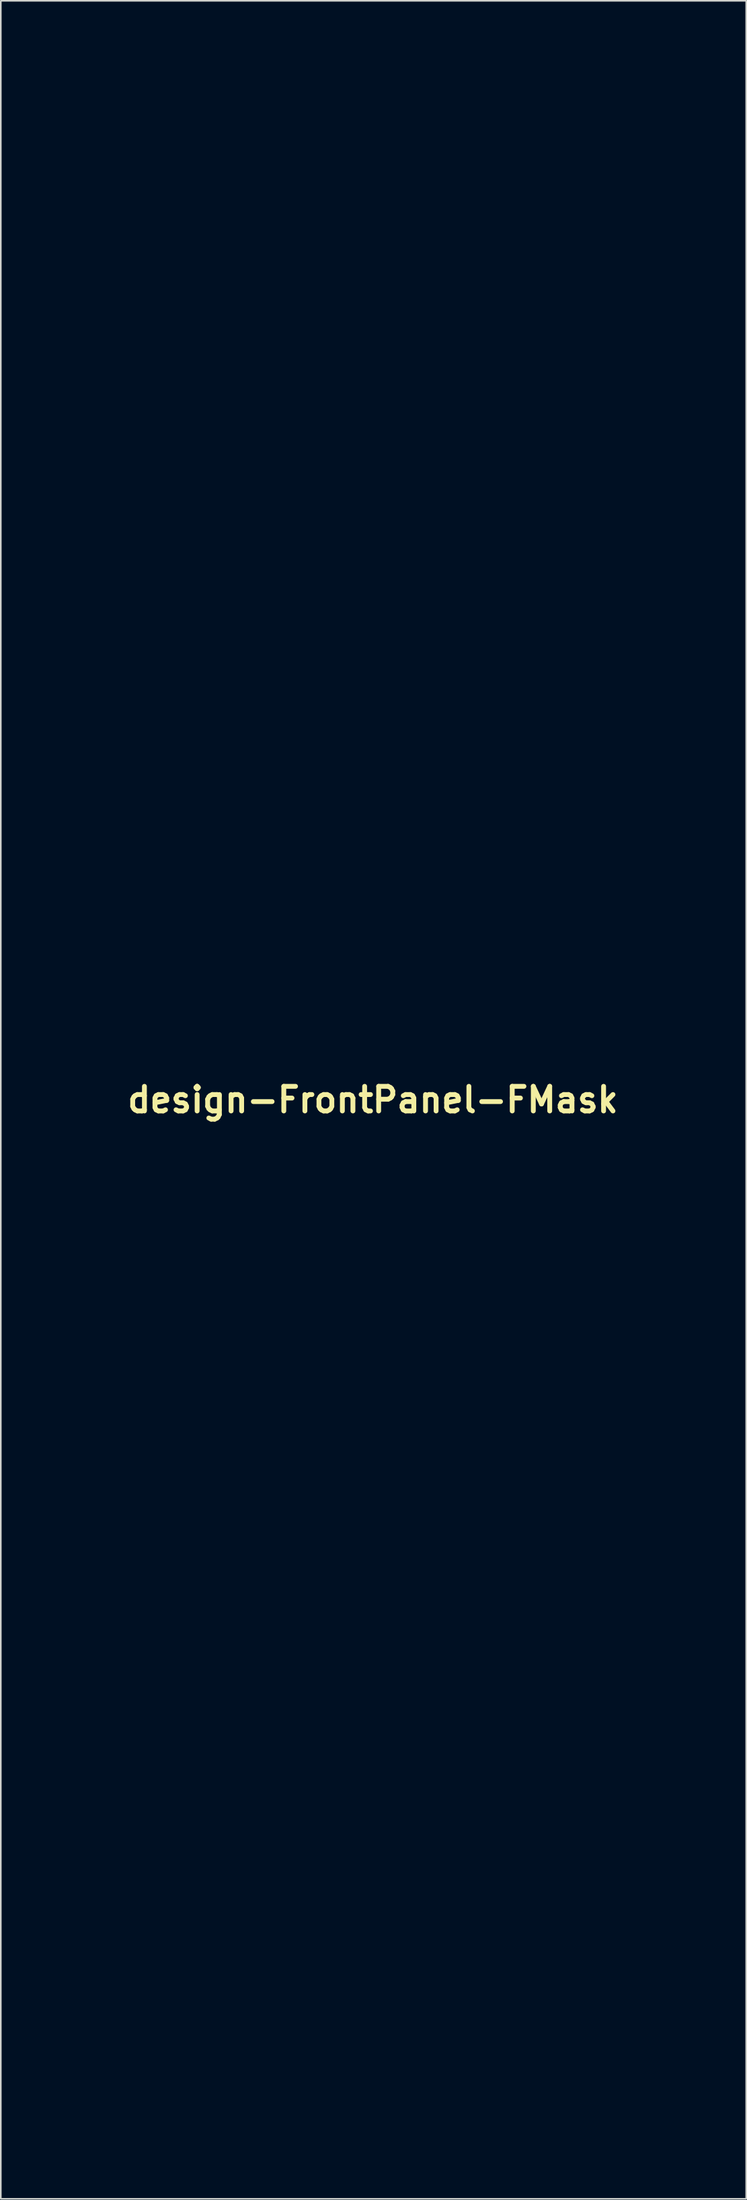
<source format=kicad_pcb>
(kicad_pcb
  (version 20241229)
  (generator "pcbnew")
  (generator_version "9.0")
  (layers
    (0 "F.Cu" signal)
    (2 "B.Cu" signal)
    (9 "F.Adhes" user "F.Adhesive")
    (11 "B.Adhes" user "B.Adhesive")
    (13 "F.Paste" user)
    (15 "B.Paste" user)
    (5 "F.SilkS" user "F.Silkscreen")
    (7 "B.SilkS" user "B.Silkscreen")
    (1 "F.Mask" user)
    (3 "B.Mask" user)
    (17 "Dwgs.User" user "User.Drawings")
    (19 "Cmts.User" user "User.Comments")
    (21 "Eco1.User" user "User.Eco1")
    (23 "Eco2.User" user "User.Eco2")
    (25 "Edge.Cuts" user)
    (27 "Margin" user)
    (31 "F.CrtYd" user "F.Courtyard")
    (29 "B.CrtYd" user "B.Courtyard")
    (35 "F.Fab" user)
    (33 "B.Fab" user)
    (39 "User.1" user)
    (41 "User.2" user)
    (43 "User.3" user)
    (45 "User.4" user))
  (footprint "design-FrontPanel-FMask"
    (layer "F.Cu")
    (at 20.048 65.024)
    (property "Reference" "design-FrontPanel-FMask" (at 0 0 0) (layer "F.SilkS") (effects (font (size 1.524 1.524) (thickness 0.3))))
    (attr board_only exclude_from_pos_files exclude_from_bom)
    (fp_poly (pts (xy -2.577 -42.898) (xy -2.588 -42.847) (xy -2.633 -42.841) (xy -2.703 -42.872) (xy -2.69 -42.898) (xy -2.589 -42.908)) (stroke (width 0) (type solid)) (fill yes) (layer "F.Mask"))
    (fp_poly (pts (xy -2.577 6.124) (xy -2.588 6.175) (xy -2.633 6.181) (xy -2.703 6.15) (xy -2.69 6.124) (xy -2.589 6.114)) (stroke (width 0) (type solid)) (fill yes) (layer "F.Mask"))
    (fp_poly (pts (xy -2.633 -60.664) (xy -2.552 -60.588) (xy -2.548 -60.574) (xy -2.614 -60.538) (xy -2.633 -60.537) (xy -2.715 -60.602) (xy -2.718 -60.626) (xy -2.666 -60.677)) (stroke (width 0) (type solid)) (fill yes) (layer "F.Mask"))
    (fp_poly (pts (xy -2.633 -11.642) (xy -2.552 -11.566) (xy -2.548 -11.552) (xy -2.614 -11.516) (xy -2.633 -11.515) (xy -2.715 -11.58) (xy -2.718 -11.604) (xy -2.666 -11.655)) (stroke (width 0) (type solid)) (fill yes) (layer "F.Mask"))
    (fp_poly (pts (xy -2.633 36.026) (xy -2.552 36.102) (xy -2.548 36.115) (xy -2.614 36.152) (xy -2.633 36.153) (xy -2.715 36.088) (xy -2.718 36.063) (xy -2.666 36.012)) (stroke (width 0) (type solid)) (fill yes) (layer "F.Mask"))
    (fp_poly (pts (xy -2.633 53.721) (xy -2.552 53.797) (xy -2.548 53.811) (xy -2.614 53.847) (xy -2.633 53.848) (xy -2.715 53.783) (xy -2.718 53.758) (xy -2.666 53.708)) (stroke (width 0) (type solid)) (fill yes) (layer "F.Mask"))
    (fp_poly (pts (xy -2.578 -41.519) (xy -2.591 -41.487) (xy -2.667 -41.406) (xy -2.681 -41.402) (xy -2.717 -41.468) (xy -2.718 -41.487) (xy -2.653 -41.568) (xy -2.628 -41.571)) (stroke (width 0) (type solid)) (fill yes) (layer "F.Mask"))
    (fp_poly (pts (xy -2.578 23.843) (xy -2.591 23.876) (xy -2.667 23.957) (xy -2.681 23.961) (xy -2.717 23.895) (xy -2.718 23.876) (xy -2.653 23.795) (xy -2.628 23.791)) (stroke (width 0) (type solid)) (fill yes) (layer "F.Mask"))
    (fp_poly (pts (xy -2.578 55.17) (xy -2.591 55.203) (xy -2.667 55.283) (xy -2.681 55.287) (xy -2.717 55.222) (xy -2.718 55.203) (xy -2.653 55.121) (xy -2.628 55.118)) (stroke (width 0) (type solid)) (fill yes) (layer "F.Mask"))
    (fp_poly (pts (xy -2.565 -49.74) (xy -2.548 -49.699) (xy -2.609 -49.617) (xy -2.628 -49.615) (xy -2.743 -49.676) (xy -2.761 -49.699) (xy -2.742 -49.772) (xy -2.681 -49.784)) (stroke (width 0) (type solid)) (fill yes) (layer "F.Mask"))
    (fp_poly (pts (xy -2.565 -18.413) (xy -2.548 -18.373) (xy -2.609 -18.29) (xy -2.628 -18.288) (xy -2.743 -18.35) (xy -2.761 -18.373) (xy -2.742 -18.445) (xy -2.681 -18.457)) (stroke (width 0) (type solid)) (fill yes) (layer "F.Mask"))
    (fp_poly (pts (xy -2.565 12.914) (xy -2.548 12.954) (xy -2.609 13.036) (xy -2.628 13.039) (xy -2.743 12.977) (xy -2.761 12.954) (xy -2.742 12.882) (xy -2.681 12.869)) (stroke (width 0) (type solid)) (fill yes) (layer "F.Mask"))
    (fp_poly (pts (xy -2.551 -61.996) (xy -2.548 -61.976) (xy -2.613 -61.894) (xy -2.633 -61.891) (xy -2.716 -61.956) (xy -2.718 -61.976) (xy -2.654 -62.058) (xy -2.633 -62.061)) (stroke (width 0) (type solid)) (fill yes) (layer "F.Mask"))
    (fp_poly (pts (xy -2.551 -55.138) (xy -2.548 -55.118) (xy -2.613 -55.036) (xy -2.633 -55.033) (xy -2.716 -55.098) (xy -2.718 -55.118) (xy -2.654 -55.2) (xy -2.633 -55.203)) (stroke (width 0) (type solid)) (fill yes) (layer "F.Mask"))
    (fp_poly (pts (xy -2.551 -53.784) (xy -2.548 -53.763) (xy -2.613 -53.681) (xy -2.633 -53.679) (xy -2.716 -53.743) (xy -2.718 -53.763) (xy -2.654 -53.846) (xy -2.633 -53.848)) (stroke (width 0) (type solid)) (fill yes) (layer "F.Mask"))
    (fp_poly (pts (xy -2.551 -48.365) (xy -2.548 -48.345) (xy -2.613 -48.262) (xy -2.633 -48.26) (xy -2.716 -48.324) (xy -2.718 -48.345) (xy -2.654 -48.427) (xy -2.633 -48.429)) (stroke (width 0) (type solid)) (fill yes) (layer "F.Mask"))
    (fp_poly (pts (xy -2.551 -37.443) (xy -2.548 -37.423) (xy -2.613 -37.34) (xy -2.633 -37.338) (xy -2.716 -37.402) (xy -2.718 -37.423) (xy -2.654 -37.505) (xy -2.633 -37.507)) (stroke (width 0) (type solid)) (fill yes) (layer "F.Mask"))
    (fp_poly (pts (xy -2.551 -36.088) (xy -2.548 -36.068) (xy -2.613 -35.986) (xy -2.633 -35.983) (xy -2.716 -36.048) (xy -2.718 -36.068) (xy -2.654 -36.15) (xy -2.633 -36.153)) (stroke (width 0) (type solid)) (fill yes) (layer "F.Mask"))
    (fp_poly (pts (xy -2.551 -30.67) (xy -2.548 -30.649) (xy -2.613 -30.567) (xy -2.633 -30.565) (xy -2.716 -30.629) (xy -2.718 -30.649) (xy -2.654 -30.732) (xy -2.633 -30.734)) (stroke (width 0) (type solid)) (fill yes) (layer "F.Mask"))
    (fp_poly (pts (xy -2.551 -29.315) (xy -2.548 -29.295) (xy -2.613 -29.212) (xy -2.633 -29.21) (xy -2.716 -29.274) (xy -2.718 -29.295) (xy -2.654 -29.377) (xy -2.633 -29.379)) (stroke (width 0) (type solid)) (fill yes) (layer "F.Mask"))
    (fp_poly (pts (xy -2.551 -25.166) (xy -2.548 -25.146) (xy -2.613 -25.064) (xy -2.633 -25.061) (xy -2.716 -25.126) (xy -2.718 -25.146) (xy -2.654 -25.228) (xy -2.633 -25.231)) (stroke (width 0) (type solid)) (fill yes) (layer "F.Mask"))
    (fp_poly (pts (xy -2.551 -23.812) (xy -2.548 -23.791) (xy -2.613 -23.709) (xy -2.633 -23.707) (xy -2.716 -23.771) (xy -2.718 -23.791) (xy -2.654 -23.874) (xy -2.633 -23.876)) (stroke (width 0) (type solid)) (fill yes) (layer "F.Mask"))
    (fp_poly (pts (xy -2.551 -17.038) (xy -2.548 -17.018) (xy -2.613 -16.936) (xy -2.633 -16.933) (xy -2.716 -16.998) (xy -2.718 -17.018) (xy -2.654 -17.1) (xy -2.633 -17.103)) (stroke (width 0) (type solid)) (fill yes) (layer "F.Mask"))
    (fp_poly (pts (xy -2.551 -6.116) (xy -2.548 -6.096) (xy -2.613 -6.014) (xy -2.633 -6.011) (xy -2.716 -6.076) (xy -2.718 -6.096) (xy -2.654 -6.178) (xy -2.633 -6.181)) (stroke (width 0) (type solid)) (fill yes) (layer "F.Mask"))
    (fp_poly (pts (xy -2.551 -4.762) (xy -2.548 -4.741) (xy -2.613 -4.659) (xy -2.633 -4.657) (xy -2.716 -4.721) (xy -2.718 -4.741) (xy -2.654 -4.824) (xy -2.633 -4.826)) (stroke (width 0) (type solid)) (fill yes) (layer "F.Mask"))
    (fp_poly (pts (xy -2.551 -0.698) (xy -2.548 -0.677) (xy -2.613 -0.595) (xy -2.633 -0.593) (xy -2.716 -0.657) (xy -2.718 -0.677) (xy -2.654 -0.76) (xy -2.633 -0.762)) (stroke (width 0) (type solid)) (fill yes) (layer "F.Mask"))
    (fp_poly (pts (xy -2.551 0.657) (xy -2.548 0.677) (xy -2.613 0.76) (xy -2.633 0.762) (xy -2.716 0.698) (xy -2.718 0.677) (xy -2.654 0.595) (xy -2.633 0.593)) (stroke (width 0) (type solid)) (fill yes) (layer "F.Mask"))
    (fp_poly (pts (xy -2.551 4.721) (xy -2.548 4.741) (xy -2.613 4.824) (xy -2.633 4.826) (xy -2.716 4.762) (xy -2.718 4.741) (xy -2.654 4.659) (xy -2.633 4.657)) (stroke (width 0) (type solid)) (fill yes) (layer "F.Mask"))
    (fp_poly (pts (xy -2.551 7.515) (xy -2.548 7.535) (xy -2.613 7.618) (xy -2.633 7.62) (xy -2.716 7.556) (xy -2.718 7.535) (xy -2.654 7.453) (xy -2.633 7.451)) (stroke (width 0) (type solid)) (fill yes) (layer "F.Mask"))
    (fp_poly (pts (xy -2.551 11.579) (xy -2.548 11.599) (xy -2.613 11.682) (xy -2.633 11.684) (xy -2.716 11.62) (xy -2.718 11.599) (xy -2.654 11.517) (xy -2.633 11.515)) (stroke (width 0) (type solid)) (fill yes) (layer "F.Mask"))
    (fp_poly (pts (xy -2.551 16.998) (xy -2.548 17.018) (xy -2.613 17.1) (xy -2.633 17.103) (xy -2.716 17.038) (xy -2.718 17.018) (xy -2.654 16.936) (xy -2.633 16.933)) (stroke (width 0) (type solid)) (fill yes) (layer "F.Mask"))
    (fp_poly (pts (xy -2.551 25.21) (xy -2.548 25.231) (xy -2.613 25.313) (xy -2.633 25.315) (xy -2.716 25.251) (xy -2.718 25.231) (xy -2.654 25.148) (xy -2.633 25.146)) (stroke (width 0) (type solid)) (fill yes) (layer "F.Mask"))
    (fp_poly (pts (xy -2.551 29.274) (xy -2.548 29.295) (xy -2.613 29.377) (xy -2.633 29.379) (xy -2.716 29.315) (xy -2.718 29.295) (xy -2.654 29.212) (xy -2.633 29.21)) (stroke (width 0) (type solid)) (fill yes) (layer "F.Mask"))
    (fp_poly (pts (xy -2.551 30.629) (xy -2.548 30.649) (xy -2.613 30.732) (xy -2.633 30.734) (xy -2.716 30.67) (xy -2.718 30.649) (xy -2.654 30.567) (xy -2.633 30.565)) (stroke (width 0) (type solid)) (fill yes) (layer "F.Mask"))
    (fp_poly (pts (xy -2.551 37.402) (xy -2.548 37.423) (xy -2.613 37.505) (xy -2.633 37.507) (xy -2.716 37.443) (xy -2.718 37.423) (xy -2.654 37.34) (xy -2.633 37.338)) (stroke (width 0) (type solid)) (fill yes) (layer "F.Mask"))
    (fp_poly (pts (xy -2.551 41.551) (xy -2.548 41.571) (xy -2.613 41.654) (xy -2.633 41.656) (xy -2.716 41.592) (xy -2.718 41.571) (xy -2.654 41.489) (xy -2.633 41.487)) (stroke (width 0) (type solid)) (fill yes) (layer "F.Mask"))
    (fp_poly (pts (xy -2.551 42.906) (xy -2.548 42.926) (xy -2.613 43.008) (xy -2.633 43.011) (xy -2.716 42.946) (xy -2.718 42.926) (xy -2.654 42.844) (xy -2.633 42.841)) (stroke (width 0) (type solid)) (fill yes) (layer "F.Mask"))
    (fp_poly (pts (xy -2.551 48.324) (xy -2.548 48.345) (xy -2.613 48.427) (xy -2.633 48.429) (xy -2.716 48.365) (xy -2.718 48.345) (xy -2.654 48.262) (xy -2.633 48.26)) (stroke (width 0) (type solid)) (fill yes) (layer "F.Mask"))
    (fp_poly (pts (xy -2.551 60.601) (xy -2.548 60.621) (xy -2.613 60.704) (xy -2.633 60.706) (xy -2.716 60.642) (xy -2.718 60.621) (xy -2.654 60.539) (xy -2.633 60.537)) (stroke (width 0) (type solid)) (fill yes) (layer "F.Mask"))
    (fp_poly (pts (xy -2.551 61.956) (xy -2.548 61.976) (xy -2.613 62.058) (xy -2.633 62.061) (xy -2.716 61.996) (xy -2.718 61.976) (xy -2.654 61.894) (xy -2.633 61.891)) (stroke (width 0) (type solid)) (fill yes) (layer "F.Mask"))
    (fp_poly (pts (xy -2.551 -12.974) (xy -2.548 -12.954) (xy -2.618 -12.88) (xy -2.681 -12.869) (xy -2.769 -12.91) (xy -2.761 -12.954) (xy -2.652 -13.035) (xy -2.628 -13.039)) (stroke (width 0) (type solid)) (fill yes) (layer "F.Mask"))
    (fp_poly (pts (xy -2.551 18.353) (xy -2.548 18.373) (xy -2.618 18.447) (xy -2.681 18.457) (xy -2.769 18.416) (xy -2.761 18.373) (xy -2.652 18.291) (xy -2.628 18.288)) (stroke (width 0) (type solid)) (fill yes) (layer "F.Mask"))
    (fp_poly (pts (xy -2.551 49.679) (xy -2.548 49.699) (xy -2.618 49.774) (xy -2.681 49.784) (xy -2.769 49.743) (xy -2.761 49.699) (xy -2.652 49.618) (xy -2.628 49.615)) (stroke (width 0) (type solid)) (fill yes) (layer "F.Mask"))
    (fp_poly (pts (xy -2.532 -44.298) (xy -2.49 -44.222) (xy -2.593 -44.197) (xy -2.633 -44.196) (xy -2.768 -44.213) (xy -2.755 -44.277) (xy -2.735 -44.298) (xy -2.62 -44.356)) (stroke (width 0) (type solid)) (fill yes) (layer "F.Mask"))
    (fp_poly (pts (xy -2.523 -32.027) (xy -2.506 -32.004) (xy -2.525 -31.932) (xy -2.586 -31.919) (xy -2.702 -31.964) (xy -2.718 -32.004) (xy -2.657 -32.086) (xy -2.638 -32.089)) (stroke (width 0) (type solid)) (fill yes) (layer "F.Mask"))
    (fp_poly (pts (xy -2.523 -19.75) (xy -2.506 -19.727) (xy -2.525 -19.655) (xy -2.586 -19.643) (xy -2.702 -19.687) (xy -2.718 -19.727) (xy -2.657 -19.81) (xy -2.638 -19.812)) (stroke (width 0) (type solid)) (fill yes) (layer "F.Mask"))
    (fp_poly (pts (xy -2.523 -7.474) (xy -2.506 -7.451) (xy -2.525 -7.378) (xy -2.586 -7.366) (xy -2.702 -7.41) (xy -2.718 -7.451) (xy -2.657 -7.533) (xy -2.638 -7.535)) (stroke (width 0) (type solid)) (fill yes) (layer "F.Mask"))
    (fp_poly (pts (xy -2.513 44.228) (xy -2.506 44.281) (xy -2.611 44.362) (xy -2.633 44.365) (xy -2.743 44.304) (xy -2.761 44.281) (xy -2.734 44.215) (xy -2.633 44.196)) (stroke (width 0) (type solid)) (fill yes) (layer "F.Mask"))
    (fp_poly (pts (xy -2.498 19.684) (xy -2.506 19.727) (xy -2.615 19.809) (xy -2.638 19.812) (xy -2.716 19.747) (xy -2.718 19.727) (xy -2.649 19.653) (xy -2.586 19.643)) (stroke (width 0) (type solid)) (fill yes) (layer "F.Mask"))
    (fp_poly (pts (xy -2.498 31.96) (xy -2.506 32.004) (xy -2.615 32.085) (xy -2.638 32.089) (xy -2.716 32.024) (xy -2.718 32.004) (xy -2.649 31.93) (xy -2.586 31.919)) (stroke (width 0) (type solid)) (fill yes) (layer "F.Mask"))
    (fp_poly (pts (xy -2.498 56.514) (xy -2.506 56.557) (xy -2.615 56.639) (xy -2.638 56.642) (xy -2.716 56.577) (xy -2.718 56.557) (xy -2.649 56.483) (xy -2.586 56.473)) (stroke (width 0) (type solid)) (fill yes) (layer "F.Mask"))
    (fp_poly (pts (xy -2.479 46.943) (xy -2.421 46.99) (xy -2.446 47.057) (xy -2.538 47.075) (xy -2.703 47.037) (xy -2.761 46.99) (xy -2.736 46.923) (xy -2.643 46.905)) (stroke (width 0) (type solid)) (fill yes) (layer "F.Mask"))
    (fp_poly (pts (xy -2.478 -59.308) (xy -2.464 -59.272) (xy -2.52 -59.161) (xy -2.629 -59.135) (xy -2.664 -59.156) (xy -2.716 -59.279) (xy -2.625 -59.349) (xy -2.591 -59.351)) (stroke (width 0) (type solid)) (fill yes) (layer "F.Mask"))
    (fp_poly (pts (xy -2.451 -56.506) (xy -2.421 -56.473) (xy -2.447 -56.406) (xy -2.543 -56.388) (xy -2.684 -56.423) (xy -2.718 -56.473) (xy -2.65 -56.549) (xy -2.596 -56.557)) (stroke (width 0) (type solid)) (fill yes) (layer "F.Mask"))
    (fp_poly (pts (xy -2.451 34.68) (xy -2.421 34.713) (xy -2.447 34.78) (xy -2.543 34.798) (xy -2.684 34.763) (xy -2.718 34.713) (xy -2.65 34.637) (xy -2.596 34.629)) (stroke (width 0) (type solid)) (fill yes) (layer "F.Mask"))
    (fp_poly (pts (xy -2.451 59.234) (xy -2.421 59.267) (xy -2.447 59.333) (xy -2.543 59.351) (xy -2.684 59.317) (xy -2.718 59.267) (xy -2.65 59.191) (xy -2.596 59.182)) (stroke (width 0) (type solid)) (fill yes) (layer "F.Mask"))
    (fp_poly (pts (xy -2.426 -34.765) (xy -2.421 -34.713) (xy -2.544 -34.635) (xy -2.596 -34.629) (xy -2.706 -34.676) (xy -2.718 -34.713) (xy -2.647 -34.781) (xy -2.543 -34.798)) (stroke (width 0) (type solid)) (fill yes) (layer "F.Mask"))
    (fp_poly (pts (xy -2.426 -22.489) (xy -2.421 -22.437) (xy -2.544 -22.359) (xy -2.596 -22.352) (xy -2.706 -22.399) (xy -2.718 -22.437) (xy -2.647 -22.505) (xy -2.543 -22.521)) (stroke (width 0) (type solid)) (fill yes) (layer "F.Mask"))
    (fp_poly (pts (xy -2.424 -47.041) (xy -2.421 -46.99) (xy -2.541 -46.92) (xy -2.643 -46.905) (xy -2.758 -46.939) (xy -2.761 -46.99) (xy -2.641 -47.06) (xy -2.538 -47.075)) (stroke (width 0) (type solid)) (fill yes) (layer "F.Mask"))
    (fp_poly (pts (xy -1.727 17.348) (xy -1.699 17.526) (xy -1.721 17.704) (xy -1.773 17.78) (xy -1.774 17.78) (xy -1.838 17.706) (xy -1.887 17.529) (xy -1.887 17.526) (xy -1.886 17.329) (xy -1.812 17.272)) (stroke (width 0) (type solid)) (fill yes) (layer "F.Mask"))
    (fp_poly (pts (xy -1.721 -17.706) (xy -1.699 -17.529) (xy -1.699 -17.526) (xy -1.733 -17.335) (xy -1.812 -17.272) (xy -1.889 -17.339) (xy -1.887 -17.526) (xy -1.839 -17.704) (xy -1.775 -17.78) (xy -1.774 -17.78)) (stroke (width 0) (type solid)) (fill yes) (layer "F.Mask"))
    (fp_poly (pts (xy -1.679 61.196) (xy -1.681 61.383) (xy -1.729 61.562) (xy -1.793 61.637) (xy -1.794 61.637) (xy -1.846 61.564) (xy -1.869 61.386) (xy -1.869 61.383) (xy -1.835 61.192) (xy -1.756 61.129)) (stroke (width 0) (type solid)) (fill yes) (layer "F.Mask"))
    (fp_poly (pts (xy -1.744 -31.764) (xy -1.698 -31.602) (xy -1.706 -31.42) (xy -1.774 -31.291) (xy -1.784 -31.284) (xy -1.852 -31.309) (xy -1.869 -31.399) (xy -1.895 -31.613) (xy -1.92 -31.701) (xy -1.913 -31.814) (xy -1.836 -31.835)) (stroke (width 0) (type solid)) (fill yes) (layer "F.Mask"))
    (fp_poly (pts (xy -1.71 31.404) (xy -1.696 31.584) (xy -1.737 31.752) (xy -1.825 31.834) (xy -1.836 31.835) (xy -1.931 31.784) (xy -1.92 31.701) (xy -1.876 31.5) (xy -1.869 31.399) (xy -1.835 31.287) (xy -1.784 31.284)) (stroke (width 0) (type solid)) (fill yes) (layer "F.Mask"))
    (fp_poly (pts (xy -1.708 47.077) (xy -1.521 47.087) (xy -1.485 47.119) (xy -1.55 47.166) (xy -1.675 47.311) (xy -1.699 47.413) (xy -1.728 47.58) (xy -1.798 47.596) (xy -1.885 47.466) (xy -1.922 47.364) (xy -2.013 47.075)) (stroke (width 0) (type solid)) (fill yes) (layer "F.Mask"))
    (fp_poly (pts (xy -1.724 -24.734) (xy -1.699 -24.556) (xy -1.699 -24.553) (xy -1.724 -24.375) (xy -1.783 -24.299) (xy -1.784 -24.299) (xy -1.844 -24.373) (xy -1.869 -24.55) (xy -1.869 -24.553) (xy -1.844 -24.732) (xy -1.785 -24.807) (xy -1.784 -24.807)) (stroke (width 0) (type solid)) (fill yes) (layer "F.Mask"))
    (fp_poly (pts (xy -1.724 24.373) (xy -1.699 24.55) (xy -1.699 24.553) (xy -1.724 24.732) (xy -1.783 24.807) (xy -1.784 24.807) (xy -1.844 24.734) (xy -1.869 24.556) (xy -1.869 24.553) (xy -1.844 24.375) (xy -1.785 24.299) (xy -1.784 24.299)) (stroke (width 0) (type solid)) (fill yes) (layer "F.Mask"))
    (fp_poly (pts (xy -1.723 59.418) (xy -1.699 59.514) (xy -1.672 59.726) (xy -1.647 59.81) (xy -1.653 59.925) (xy -1.712 59.944) (xy -1.81 59.871) (xy -1.905 59.692) (xy -1.92 59.648) (xy -1.972 59.452) (xy -1.953 59.369) (xy -1.856 59.351)) (stroke (width 0) (type solid)) (fill yes) (layer "F.Mask"))
    (fp_poly (pts (xy -1.714 -61.567) (xy -1.699 -61.475) (xy -1.672 -61.262) (xy -1.647 -61.179) (xy -1.655 -61.065) (xy -1.732 -61.045) (xy -1.831 -61.098) (xy -1.868 -61.279) (xy -1.869 -61.341) (xy -1.848 -61.537) (xy -1.795 -61.635) (xy -1.784 -61.637)) (stroke (width 0) (type solid)) (fill yes) (layer "F.Mask"))
    (fp_poly (pts (xy -1.571 54.128) (xy -1.593 54.158) (xy -1.675 54.266) (xy -1.699 54.405) (xy -1.729 54.561) (xy -1.784 54.61) (xy -1.844 54.536) (xy -1.869 54.359) (xy -1.869 54.356) (xy -1.846 54.174) (xy -1.752 54.111) (xy -1.678 54.109)) (stroke (width 0) (type solid)) (fill yes) (layer "F.Mask"))
    (fp_poly (pts (xy -1.724 -59.786) (xy -1.699 -59.608) (xy -1.699 -59.605) (xy -1.724 -59.422) (xy -1.821 -59.356) (xy -1.886 -59.351) (xy -2.01 -59.37) (xy -1.984 -59.439) (xy -1.971 -59.453) (xy -1.881 -59.623) (xy -1.869 -59.707) (xy -1.83 -59.835) (xy -1.784 -59.859)) (stroke (width 0) (type solid)) (fill yes) (layer "F.Mask"))
    (fp_poly (pts (xy -1.713 -54.54) (xy -1.699 -54.458) (xy -1.645 -54.27) (xy -1.597 -54.204) (xy -1.553 -54.126) (xy -1.657 -54.102) (xy -1.682 -54.102) (xy -1.817 -54.136) (xy -1.866 -54.268) (xy -1.869 -54.356) (xy -1.844 -54.534) (xy -1.785 -54.61) (xy -1.784 -54.61)) (stroke (width 0) (type solid)) (fill yes) (layer "F.Mask"))
    (fp_poly (pts (xy -1.683 52.62) (xy -1.683 52.835) (xy -1.754 52.898) (xy -1.899 52.81) (xy -2.015 52.696) (xy -2.262 52.53) (xy -2.508 52.493) (xy -2.703 52.473) (xy -2.766 52.421) (xy -2.761 52.409) (xy -2.654 52.363) (xy -2.431 52.332) (xy -2.213 52.324) (xy -1.718 52.324)) (stroke (width 0) (type solid)) (fill yes) (layer "F.Mask"))
    (fp_poly (pts (xy -1.768 -3.763) (xy -1.737 -3.701) (xy -1.705 -3.489) (xy -1.761 -3.319) (xy -1.87 -3.253) (xy -2.031 -3.256) (xy -2.277 -3.272) (xy -2.357 -3.279) (xy -2.601 -3.323) (xy -2.707 -3.384) (xy -2.668 -3.441) (xy -2.477 -3.47) (xy -2.424 -3.471) (xy -2.11 -3.541) (xy -1.96 -3.654) (xy -1.834 -3.771)) (stroke (width 0) (type solid)) (fill yes) (layer "F.Mask"))
    (fp_poly (pts (xy -1.796 3.275) (xy -1.719 3.347) (xy -1.699 3.489) (xy -1.699 3.514) (xy -1.735 3.702) (xy -1.82 3.772) (xy -1.922 3.699) (xy -1.934 3.679) (xy -2.061 3.583) (xy -2.285 3.51) (xy -2.364 3.496) (xy -2.617 3.447) (xy -2.703 3.392) (xy -2.625 3.339) (xy -2.384 3.292) (xy -2.272 3.28) (xy -1.969 3.257)) (stroke (width 0) (type solid)) (fill yes) (layer "F.Mask"))
    (fp_poly (pts (xy -1.728 -52.842) (xy -1.7 -52.659) (xy -1.699 -52.62) (xy -1.699 -52.324) (xy -2.204 -52.324) (xy -2.482 -52.337) (xy -2.686 -52.372) (xy -2.761 -52.409) (xy -2.723 -52.465) (xy -2.544 -52.492) (xy -2.475 -52.493) (xy -2.191 -52.537) (xy -1.974 -52.651) (xy -1.872 -52.807) (xy -1.869 -52.838) (xy -1.804 -52.914) (xy -1.784 -52.917)) (stroke (width 0) (type solid)) (fill yes) (layer "F.Mask"))
    (fp_poly (pts (xy -2.453 10.192) (xy -2.173 10.231) (xy -1.943 10.245) (xy -1.769 10.268) (xy -1.706 10.372) (xy -1.699 10.494) (xy -1.725 10.713) (xy -1.792 10.778) (xy -1.882 10.684) (xy -1.93 10.578) (xy -2.013 10.416) (xy -2.139 10.345) (xy -2.37 10.329) (xy -2.371 10.329) (xy -2.596 10.308) (xy -2.712 10.254) (xy -2.718 10.234) (xy -2.645 10.176)) (stroke (width 0) (type solid)) (fill yes) (layer "F.Mask"))
    (fp_poly (pts (xy -1.927 -38.859) (xy -1.774 -38.835) (xy -1.712 -38.772) (xy -1.699 -38.65) (xy -1.699 -38.613) (xy -1.727 -38.394) (xy -1.799 -38.321) (xy -1.897 -38.404) (xy -1.94 -38.484) (xy -2.037 -38.624) (xy -2.196 -38.683) (xy -2.377 -38.693) (xy -2.59 -38.711) (xy -2.709 -38.758) (xy -2.718 -38.777) (xy -2.641 -38.822) (xy -2.439 -38.853) (xy -2.209 -38.862)) (stroke (width 0) (type solid)) (fill yes) (layer "F.Mask"))
    (fp_poly (pts (xy -1.784 -10.795) (xy -1.722 -10.68) (xy -1.699 -10.502) (xy -1.715 -10.349) (xy -1.795 -10.271) (xy -1.985 -10.233) (xy -2.06 -10.225) (xy -2.323 -10.187) (xy -2.533 -10.137) (xy -2.57 -10.123) (xy -2.691 -10.107) (xy -2.718 -10.193) (xy -2.669 -10.288) (xy -2.499 -10.326) (xy -2.396 -10.329) (xy -2.082 -10.376) (xy -1.909 -10.517) (xy -1.869 -10.69) (xy -1.833 -10.796)) (stroke (width 0) (type solid)) (fill yes) (layer "F.Mask"))
    (fp_poly (pts (xy -1.737 38.362) (xy -1.701 38.544) (xy -1.699 38.622) (xy -1.715 38.78) (xy -1.798 38.847) (xy -1.996 38.863) (xy -2.018 38.863) (xy -2.286 38.878) (xy -2.512 38.912) (xy -2.527 38.915) (xy -2.678 38.923) (xy -2.718 38.834) (xy -2.66 38.739) (xy -2.467 38.687) (xy -2.359 38.676) (xy -2.096 38.631) (xy -1.947 38.527) (xy -1.906 38.46) (xy -1.809 38.331)) (stroke (width 0) (type solid)) (fill yes) (layer "F.Mask"))
    (fp_poly (pts (xy -1.729 45.408) (xy -1.699 45.619) (xy -1.699 45.649) (xy -1.746 45.828) (xy -1.854 45.898) (xy -1.976 45.834) (xy -1.996 45.805) (xy -2.108 45.751) (xy -2.319 45.722) (xy -2.384 45.72) (xy -2.595 45.701) (xy -2.711 45.653) (xy -2.718 45.635) (xy -2.644 45.578) (xy -2.463 45.551) (xy -2.44 45.551) (xy -2.185 45.513) (xy -1.984 45.427) (xy -1.819 45.348)) (stroke (width 0) (type solid)) (fill yes) (layer "F.Mask"))
    (fp_poly (pts (xy -1.727 -45.836) (xy -1.712 -45.657) (xy -1.715 -45.621) (xy -1.765 -45.427) (xy -1.849 -45.317) (xy -1.934 -45.321) (xy -1.968 -45.383) (xy -2.065 -45.451) (xy -2.269 -45.51) (xy -2.359 -45.525) (xy -2.611 -45.579) (xy -2.707 -45.641) (xy -2.645 -45.694) (xy -2.422 -45.72) (xy -2.384 -45.72) (xy -2.157 -45.74) (xy -2.012 -45.789) (xy -1.996 -45.805) (xy -1.874 -45.882) (xy -1.816 -45.889)) (stroke (width 0) (type solid)) (fill yes) (layer "F.Mask"))
    (fp_poly (pts (xy 20.133 65.024) (xy -20.048 65.024) (xy -20.048 0.756) (xy -5.868 0.756) (xy -5.868 3.618) (xy -5.868 6.474) (xy -5.867 9.318) (xy -5.867 12.146) (xy -5.866 14.952) (xy -5.865 17.733) (xy -5.864 20.481) (xy -5.862 23.193) (xy -5.861 25.864) (xy -5.859 28.488) (xy -5.857 31.061) (xy -5.855 33.577) (xy -5.852 36.031) (xy -5.85 38.419) (xy -5.847 40.735) (xy -5.844 42.975) (xy -5.841 45.133) (xy -5.838 47.205) (xy -5.835 49.184) (xy -5.831 51.068) (xy -5.827 52.849) (xy -5.824 54.524) (xy -5.819 56.086) (xy -5.815 57.533) (xy -5.811 58.857) (xy -5.806 60.054) (xy -5.801 61.12) (xy -5.796 62.049) (xy -5.791 62.836) (xy -5.786 63.476) (xy -5.78 63.964) (xy -5.774 64.295) (xy -5.768 64.465) (xy -5.766 64.487) (xy -5.661 64.513) (xy -5.406 64.536) (xy -5.021 64.556) (xy -4.526 64.573) (xy -3.94 64.587) (xy -3.283 64.598) (xy -2.575 64.605) (xy -1.836 64.61) (xy -1.086 64.611) (xy -0.344 64.609) (xy 0.37 64.604) (xy 1.036 64.595) (xy 1.634 64.584) (xy 2.144 64.568) (xy 2.547 64.55) (xy 2.823 64.528) (xy 2.952 64.502) (xy 2.956 64.499) (xy 3.027 64.346) (xy 3.059 64.106) (xy 3.055 63.842) (xy 3.015 63.612) (xy 2.942 63.477) (xy 2.924 63.467) (xy 2.809 63.454) (xy 2.545 63.443) (xy 2.154 63.433) (xy 1.657 63.425) (xy 1.075 63.419) (xy 0.43 63.416) (xy 0.036 63.415) (xy -0.803 63.413) (xy -1.497 63.405) (xy -2.04 63.393) (xy -2.428 63.375) (xy -2.655 63.353) (xy -2.718 63.331) (xy -2.643 63.278) (xy -2.455 63.248) (xy -2.377 63.246) (xy -2.138 63.226) (xy -2.004 63.145) (xy -1.94 63.039) (xy -1.833 62.894) (xy -1.648 62.823) (xy -1.497 62.806) (xy -1.27 62.776) (xy -1.159 62.704) (xy -1.109 62.551) (xy -1.104 62.526) (xy -1.06 62.366) (xy -0.963 62.283) (xy -0.762 62.24) (xy -0.679 62.23) (xy -0.297 62.188) (xy -0.271 61.725) (xy -0.281 61.383) (xy -0.372 61.173) (xy -0.568 61.069) (xy -0.844 61.045) (xy -1.147 61.045) (xy -1.147 60.494) (xy -1.138 60.186) (xy -1.108 60.015) (xy -1.049 59.948) (xy -1.019 59.944) (xy -0.939 59.984) (xy -0.912 60.129) (xy -0.92 60.312) (xy -0.91 60.623) (xy -0.806 60.821) (xy -0.585 60.927) (xy -0.226 60.96) (xy -0.201 60.96) (xy 0.175 60.943) (xy 0.413 60.877) (xy 0.542 60.742) (xy 0.591 60.515) (xy 0.595 60.381) (xy 0.567 60.061) (xy 0.468 59.873) (xy 0.272 59.789) (xy 0.068 59.775) (xy -0.255 59.775) (xy -0.255 59.362) (xy -0.28 59.05) (xy -0.376 58.866) (xy -0.574 58.773) (xy -0.765 58.744) (xy -0.972 58.703) (xy -1.07 58.6) (xy -1.104 58.462) (xy -1.122 58.397) (xy -0.081 58.397) (xy -0.072 58.666) (xy -0.012 58.872) (xy 0.017 58.911) (xy 0.156 58.966) (xy 0.416 59.003) (xy 0.68 59.013) (xy 1.001 58.997) (xy 1.241 58.957) (xy 1.342 58.911) (xy 1.419 58.74) (xy 1.443 58.482) (xy 1.416 58.212) (xy 1.343 58.002) (xy 1.311 57.96) (xy 1.123 57.868) (xy 0.791 57.829) (xy 0.68 57.827) (xy 0.308 57.853) (xy 0.084 57.931) (xy 0.049 57.96) (xy -0.039 58.137) (xy -0.081 58.397) (xy -1.122 58.397) (xy -1.147 58.304) (xy -1.24 58.224) (xy -1.433 58.189) (xy -1.53 58.182) (xy -1.779 58.149) (xy -1.956 58.098) (xy -1.992 58.076) (xy -2.124 58.024) (xy -2.347 57.998) (xy -2.396 57.997) (xy -2.602 57.977) (xy -2.713 57.928) (xy -2.718 57.912) (xy -2.644 57.856) (xy -2.461 57.828) (xy -2.427 57.827) (xy -2.193 57.794) (xy -2.022 57.714) (xy -2.017 57.708) (xy -1.874 57.641) (xy -1.598 57.6) (xy -1.171 57.582) (xy -1.14 57.582) (xy -0.74 57.57) (xy -0.48 57.54) (xy -0.333 57.487) (xy -0.288 57.447) (xy -0.13 57.34) (xy -0.017 57.319) (xy 0.199 57.289) (xy 0.377 57.237) (xy 0.515 57.161) (xy 0.578 57.034) (xy 0.595 56.8) (xy 0.595 56.778) (xy 0.586 56.468) (xy 0.539 56.278) (xy 0.419 56.178) (xy 0.194 56.14) (xy -0.139 56.134) (xy -0.488 56.143) (xy -0.698 56.173) (xy -0.801 56.231) (xy -0.819 56.261) (xy -0.892 56.332) (xy -1.064 56.372) (xy -1.365 56.387) (xy -1.47 56.388) (xy -1.785 56.382) (xy -1.951 56.361) (xy -1.993 56.319) (xy -1.971 56.286) (xy -1.888 56.123) (xy -1.869 55.995) (xy -1.844 55.872) (xy -1.74 55.809) (xy -1.511 55.779) (xy -1.275 55.746) (xy -1.156 55.671) (xy -1.104 55.541) (xy -1.063 55.457) (xy 0.765 55.457) (xy 0.786 55.713) (xy 0.838 55.905) (xy 0.866 55.948) (xy 1.006 56.003) (xy 1.269 56.039) (xy 1.543 56.049) (xy 1.858 56.043) (xy 2.048 56.014) (xy 2.156 55.953) (xy 2.215 55.868) (xy 2.269 55.661) (xy 2.269 55.396) (xy 2.223 55.141) (xy 2.139 54.965) (xy 2.109 54.938) (xy 1.945 54.891) (xy 1.684 54.869) (xy 1.385 54.87) (xy 1.108 54.894) (xy 0.912 54.939) (xy 0.866 54.966) (xy 0.805 55.107) (xy 0.769 55.345) (xy 0.765 55.457) (xy -1.063 55.457) (xy -1.03 55.387) (xy -0.865 55.315) (xy -0.762 55.302) (xy -0.53 55.258) (xy -0.368 55.19) (xy -0.361 55.185) (xy -0.293 55.043) (xy -0.261 54.804) (xy -0.264 54.535) (xy -0.303 54.307) (xy -0.357 54.204) (xy -0.497 54.144) (xy -0.738 54.108) (xy -0.883 54.102) (xy -1.13 54.093) (xy -1.231 54.063) (xy -1.208 54.003) (xy -1.206 54) (xy -1.151 53.865) (xy -1.114 53.621) (xy -1.104 53.408) (xy -1.091 53.144) (xy -1.057 52.966) (xy -1.019 52.917) (xy -0.954 52.989) (xy -0.934 53.112) (xy -0.884 53.342) (xy -0.819 53.464) (xy -0.752 53.535) (xy -0.651 53.576) (xy -0.483 53.593) (xy -0.213 53.589) (xy 0.168 53.568) (xy 0.665 53.528) (xy 1.017 53.468) (xy 1.247 53.377) (xy 1.378 53.241) (xy 1.435 53.048) (xy 1.444 52.883) (xy 1.427 52.628) (xy 1.357 52.461) (xy 1.206 52.367) (xy 0.948 52.331) (xy 0.553 52.336) (xy 0.467 52.341) (xy -0.255 52.378) (xy -0.255 52.142) (xy -0.325 51.909) (xy -0.534 51.772) (xy -0.844 51.731) (xy -1.027 51.711) (xy -1.096 51.617) (xy -1.104 51.486) (xy -1.121 51.334) (xy -1.19 51.233) (xy -1.34 51.174) (xy -1.6 51.146) (xy -1.999 51.139) (xy -2.046 51.139) (xy -2.38 51.129) (xy -2.614 51.101) (xy -2.716 51.061) (xy -2.718 51.054) (xy -2.643 51.001) (xy -2.455 50.972) (xy -2.377 50.969) (xy -2.136 50.948) (xy -2.001 50.866) (xy -1.945 50.772) (xy -1.889 50.674) (xy -1.808 50.619) (xy -1.661 50.597) (xy -1.408 50.602) (xy -1.183 50.614) (xy -0.768 50.623) (xy -0.494 50.588) (xy -0.335 50.496) (xy -0.265 50.335) (xy -0.255 50.197) (xy -0.239 50.038) (xy -0.159 49.969) (xy 0.034 49.953) (xy 0.068 49.953) (xy 0.306 49.928) (xy 0.475 49.866) (xy 0.493 49.852) (xy 0.56 49.695) (xy 0.59 49.446) (xy 0.583 49.174) (xy 0.539 48.951) (xy 0.493 48.87) (xy 0.355 48.814) (xy 0.102 48.778) (xy -0.138 48.768) (xy -0.529 48.796) (xy -0.779 48.888) (xy -0.906 49.057) (xy -0.934 49.25) (xy -0.952 49.396) (xy -1.038 49.437) (xy -1.2 49.414) (xy -1.46 49.375) (xy -1.667 49.361) (xy -1.812 49.331) (xy -1.865 49.209) (xy -1.869 49.107) (xy -1.847 48.926) (xy -1.749 48.86) (xy -1.63 48.853) (xy -1.337 48.79) (xy -1.144 48.618) (xy -1.09 48.472) (xy -1.029 48.357) (xy -0.871 48.29) (xy -0.679 48.26) (xy -0.297 48.218) (xy -0.271 47.755) (xy -0.279 47.42) (xy -0.366 47.213) (xy -0.562 47.105) (xy -0.892 47.069) (xy -0.929 47.068) (xy -1.134 47.056) (xy -1.223 47.034) (xy -1.211 47.019) (xy -1.143 46.904) (xy -1.108 46.64) (xy -1.104 46.475) (xy -1.086 46.158) (xy -1.034 46) (xy -0.95 46.002) (xy -0.849 46.143) (xy -0.775 46.236) (xy -0.646 46.287) (xy -0.422 46.309) (xy -0.184 46.313) (xy 0.144 46.298) (xy 0.388 46.258) (xy 0.493 46.211) (xy 0.56 46.055) (xy 0.59 45.805) (xy 0.583 45.533) (xy 0.539 45.31) (xy 0.493 45.229) (xy 0.343 45.16) (xy 0.115 45.128) (xy 0.088 45.127) (xy -0.183 45.08) (xy -0.317 44.963) (xy -0.497 44.826) (xy -0.741 44.773) (xy -0.959 44.736) (xy -1.061 44.651) (xy -1.091 44.535) (xy -1.168 44.284) (xy -1.332 44.151) (xy -1.618 44.111) (xy -1.634 44.111) (xy -1.849 44.099) (xy -1.93 44.051) (xy -1.92 43.977) (xy -1.873 43.771) (xy -1.869 43.702) (xy -1.848 43.635) (xy -1.763 43.593) (xy -1.585 43.57) (xy -1.283 43.562) (xy -1.083 43.561) (xy -0.297 43.561) (xy -0.272 43.117) (xy -0.246 42.672) (xy 0.047 42.672) (xy 0.344 42.611) (xy 0.51 42.503) (xy 0.744 42.368) (xy 0.96 42.333) (xy 1.232 42.292) (xy 1.385 42.151) (xy 1.442 41.886) (xy 1.444 41.803) (xy 1.425 41.491) (xy 1.348 41.296) (xy 1.181 41.192) (xy 0.893 41.152) (xy 0.677 41.148) (xy 0.352 41.155) (xy 0.153 41.185) (xy 0.037 41.247) (xy -0.02 41.317) (xy -0.175 41.447) (xy -0.442 41.487) (xy -0.702 41.53) (xy -0.858 41.675) (xy -0.927 41.945) (xy -0.934 42.127) (xy -0.934 42.44) (xy -1.253 42.388) (xy -1.501 42.352) (xy -1.692 42.335) (xy -1.711 42.334) (xy -1.832 42.255) (xy -1.886 42.083) (xy -1.898 41.924) (xy -1.84 41.847) (xy -1.669 41.816) (xy -1.578 41.808) (xy -1.332 41.767) (xy -1.189 41.664) (xy -1.122 41.55) (xy -0.996 41.378) (xy -0.803 41.319) (xy -0.734 41.317) (xy -0.511 41.288) (xy -0.358 41.217) (xy -0.357 41.216) (xy -0.29 41.059) (xy -0.259 40.81) (xy -0.267 40.538) (xy -0.311 40.315) (xy -0.357 40.234) (xy -0.492 40.181) (xy -0.738 40.146) (xy -1.033 40.132) (xy -1.319 40.14) (xy -1.536 40.174) (xy -1.565 40.183) (xy -1.679 40.302) (xy -1.699 40.39) (xy -1.742 40.559) (xy -1.843 40.589) (xy -1.953 40.473) (xy -2.074 40.35) (xy -2.291 40.304) (xy -2.382 40.301) (xy -2.627 40.287) (xy -2.719 40.252) (xy -2.673 40.204) (xy -2.501 40.152) (xy -2.218 40.106) (xy -2.06 40.09) (xy -1.65 40.054) (xy -1.379 40.015) (xy -1.218 39.956) (xy -1.135 39.857) (xy -1.101 39.699) (xy -1.087 39.471) (xy -1.062 38.989) (xy -0.413 39.018) (xy 0.018 39.025) (xy 0.308 38.989) (xy 0.483 38.895) (xy 0.57 38.729) (xy 0.593 38.476) (xy 0.593 38.457) (xy 0.579 38.197) (xy 0.546 38.002) (xy 0.527 37.955) (xy 0.406 37.898) (xy 0.137 37.854) (xy -0.259 37.826) (xy -0.3 37.824) (xy -1.062 37.796) (xy -1.088 37.546) (xy -1.185 37.272) (xy -1.401 37.118) (xy -1.63 37.084) (xy -1.802 37.06) (xy -1.863 36.952) (xy -1.869 36.838) (xy -1.869 36.592) (xy -1.191 36.638) (xy -0.786 36.654) (xy -0.525 36.634) (xy -0.384 36.578) (xy -0.303 36.425) (xy -0.261 36.18) (xy -0.261 36.129) (xy -0.081 36.129) (xy -0.072 36.399) (xy -0.012 36.605) (xy 0.017 36.644) (xy 0.156 36.699) (xy 0.416 36.735) (xy 0.68 36.745) (xy 1.001 36.73) (xy 1.241 36.69) (xy 1.342 36.644) (xy 1.419 36.473) (xy 1.443 36.215) (xy 1.416 35.944) (xy 1.343 35.734) (xy 1.311 35.693) (xy 1.123 35.601) (xy 0.791 35.562) (xy 0.68 35.56) (xy 0.308 35.585) (xy 0.084 35.664) (xy 0.049 35.693) (xy -0.039 35.87) (xy -0.081 36.129) (xy -0.261 36.129) (xy -0.259 35.91) (xy -0.3 35.683) (xy -0.361 35.58) (xy -0.491 35.533) (xy -0.743 35.484) (xy -1.069 35.443) (xy -1.168 35.434) (xy -1.517 35.398) (xy -1.729 35.36) (xy -1.835 35.31) (xy -1.868 35.236) (xy -1.869 35.219) (xy -1.926 35.035) (xy -2.002 34.931) (xy -2.068 34.85) (xy -2.03 34.811) (xy -1.86 34.799) (xy -1.754 34.798) (xy -1.407 34.78) (xy -1.202 34.72) (xy -1.113 34.606) (xy -1.104 34.535) (xy -1.056 34.403) (xy -0.994 34.375) (xy -0.919 34.443) (xy -0.917 34.656) (xy -0.917 34.661) (xy -0.913 34.915) (xy -0.855 35.126) (xy -0.855 35.127) (xy -0.784 35.221) (xy -0.672 35.275) (xy -0.474 35.3) (xy -0.15 35.306) (xy -0.134 35.306) (xy 0.218 35.298) (xy 0.433 35.256) (xy 0.545 35.15) (xy 0.588 34.95) (xy 0.595 34.667) (xy 0.555 34.372) (xy 0.418 34.199) (xy 0.161 34.127) (xy 0.01 34.121) (xy -0.139 34.111) (xy -0.219 34.054) (xy -0.255 33.907) (xy -0.272 33.676) (xy -0.297 33.232) (xy -0.956 33.207) (xy -1.289 33.197) (xy -1.491 33.206) (xy -1.603 33.244) (xy -1.665 33.321) (xy -1.701 33.406) (xy -1.792 33.562) (xy -1.91 33.575) (xy -1.934 33.565) (xy -2.116 33.512) (xy -2.366 33.467) (xy -2.4 33.463) (xy -2.637 33.412) (xy -2.709 33.348) (xy -2.618 33.294) (xy -2.389 33.274) (xy -2.145 33.244) (xy -1.974 33.168) (xy -1.958 33.152) (xy -1.813 33.068) (xy -1.577 33.011) (xy -1.501 33.003) (xy -1.147 32.978) (xy -1.096 32.004) (xy -0.765 32.004) (xy -0.48 31.963) (xy -0.32 31.841) (xy -0.13 31.707) (xy 0.131 31.65) (xy 0.389 31.598) (xy 0.528 31.479) (xy 0.547 31.441) (xy 0.685 31.294) (xy 0.953 31.216) (xy 0.963 31.215) (xy 1.245 31.143) (xy 1.393 31.001) (xy 1.442 30.753) (xy 1.443 30.713) (xy 1.465 30.552) (xy 1.565 30.488) (xy 1.72 30.479) (xy 1.948 30.457) (xy 2.109 30.406) (xy 2.202 30.266) (xy 2.26 30.026) (xy 2.274 29.757) (xy 2.237 29.526) (xy 2.215 29.476) (xy 2.142 29.378) (xy 2.024 29.323) (xy 1.817 29.299) (xy 1.537 29.295) (xy 1.176 29.308) (xy 0.95 29.361) (xy 0.824 29.475) (xy 0.763 29.67) (xy 0.751 29.76) (xy 0.712 29.928) (xy 0.612 30.012) (xy 0.396 30.055) (xy 0.382 30.057) (xy 0.118 30.123) (xy -0.025 30.256) (xy -0.041 30.29) (xy -0.161 30.434) (xy -0.376 30.48) (xy -0.403 30.48) (xy -0.678 30.539) (xy -0.823 30.645) (xy -0.97 30.763) (xy -1.065 30.721) (xy -1.104 30.521) (xy -1.104 30.478) (xy -1.175 30.237) (xy -1.379 30.095) (xy -1.641 30.057) (xy -1.797 30.022) (xy -1.871 29.885) (xy -1.888 29.795) (xy -1.903 29.618) (xy -1.847 29.566) (xy -1.707 29.592) (xy -1.307 29.668) (xy -0.914 29.695) (xy -0.59 29.669) (xy -0.484 29.64) (xy -0.351 29.578) (xy -0.283 29.491) (xy -0.263 29.329) (xy -0.272 29.062) (xy -0.297 28.575) (xy -0.68 28.548) (xy -0.929 28.516) (xy -1.107 28.465) (xy -1.143 28.443) (xy -1.275 28.391) (xy -1.497 28.364) (xy -1.543 28.363) (xy -1.798 28.33) (xy -1.94 28.217) (xy -1.954 28.194) (xy -2.076 28.072) (xy -2.298 28.027) (xy -2.382 28.025) (xy -2.627 28.011) (xy -2.719 27.975) (xy -2.673 27.927) (xy -2.501 27.875) (xy -2.218 27.83) (xy -2.06 27.814) (xy -1.652 27.775) (xy -1.382 27.738) (xy -1.217 27.69) (xy -1.125 27.622) (xy -1.073 27.523) (xy -1.063 27.493) (xy -1.019 27.379) (xy -0.984 27.405) (xy -0.94 27.566) (xy -0.877 27.782) (xy -0.816 27.926) (xy -0.699 27.981) (xy -0.469 28.014) (xy -0.181 28.024) (xy 0.112 28.013) (xy 0.355 27.979) (xy 0.493 27.923) (xy 0.56 27.767) (xy 0.59 27.517) (xy 0.583 27.245) (xy 0.539 27.022) (xy 0.493 26.941) (xy 0.345 26.874) (xy 0.114 26.84) (xy 0.068 26.839) (xy -0.143 26.828) (xy -0.234 26.767) (xy -0.255 26.621) (xy -0.255 26.596) (xy -0.289 26.378) (xy -0.41 26.245) (xy -0.642 26.183) (xy -1.011 26.178) (xy -1.033 26.179) (xy -1.337 26.201) (xy -1.515 26.243) (xy -1.613 26.319) (xy -1.655 26.395) (xy -1.804 26.554) (xy -1.963 26.585) (xy -2.217 26.603) (xy -2.453 26.638) (xy -2.655 26.652) (xy -2.718 26.596) (xy -2.644 26.532) (xy -2.461 26.501) (xy -2.427 26.501) (xy -2.152 26.448) (xy -1.95 26.312) (xy -1.869 26.125) (xy -1.869 26.118) (xy -1.787 26.029) (xy -1.547 25.98) (xy -1.508 25.976) (xy -1.147 25.95) (xy -1.121 25.506) (xy -1.101 25.247) (xy -1.06 25.115) (xy -0.973 25.068) (xy -0.839 25.061) (xy -0.508 25.013) (xy -0.49 24.999) (xy -0.083 24.999) (xy -0.057 25.27) (xy 0.017 25.48) (xy 0.049 25.521) (xy 0.237 25.613) (xy 0.569 25.652) (xy 0.68 25.654) (xy 1.051 25.629) (xy 1.275 25.55) (xy 1.311 25.521) (xy 1.399 25.344) (xy 1.44 25.085) (xy 1.432 24.815) (xy 1.372 24.609) (xy 1.342 24.57) (xy 1.203 24.515) (xy 0.943 24.479) (xy 0.68 24.469) (xy 0.359 24.484) (xy 0.118 24.524) (xy 0.017 24.57) (xy -0.06 24.741) (xy -0.083 24.999) (xy -0.49 24.999) (xy -0.314 24.866) (xy -0.255 24.635) (xy -0.24 24.471) (xy -0.162 24.4) (xy 0.028 24.384) (xy 0.068 24.384) (xy 0.306 24.359) (xy 0.475 24.296) (xy 0.493 24.282) (xy 0.56 24.126) (xy 0.59 23.876) (xy 0.583 23.604) (xy 0.539 23.382) (xy 0.493 23.3) (xy 0.353 23.245) (xy 0.09 23.209) (xy -0.184 23.199) (xy -0.549 23.218) (xy -0.777 23.289) (xy -0.895 23.432) (xy -0.934 23.667) (xy -0.934 23.718) (xy -0.955 23.845) (xy -1.004 23.839) (xy -1.062 23.727) (xy -1.109 23.537) (xy -1.12 23.453) (xy -1.149 23.266) (xy -1.225 23.175) (xy -1.399 23.139) (xy -1.508 23.13) (xy -1.747 23.095) (xy -1.854 23.025) (xy -1.869 22.957) (xy -1.94 22.748) (xy -2.152 22.632) (xy -2.403 22.606) (xy -2.627 22.586) (xy -2.698 22.522) (xy -2.694 22.5) (xy -2.593 22.424) (xy -2.538 22.428) (xy -2.172 22.516) (xy -1.758 22.586) (xy -1.336 22.635) (xy -0.947 22.66) (xy -0.629 22.658) (xy -0.421 22.625) (xy -0.379 22.603) (xy -0.3 22.451) (xy -0.26 22.204) (xy -0.261 21.931) (xy -0.304 21.701) (xy -0.357 21.607) (xy -0.505 21.54) (xy -0.736 21.506) (xy -0.777 21.505) (xy -0.995 21.487) (xy -1.129 21.443) (xy -1.14 21.431) (xy -1.244 21.38) (xy -1.436 21.336) (xy 0.765 21.336) (xy 0.786 21.593) (xy 0.838 21.784) (xy 0.866 21.827) (xy 0.998 21.874) (xy 1.256 21.908) (xy 1.594 21.927) (xy 1.97 21.932) (xy 2.339 21.922) (xy 2.657 21.899) (xy 2.88 21.861) (xy 2.956 21.827) (xy 3.018 21.685) (xy 3.054 21.447) (xy 3.058 21.336) (xy 3.037 21.079) (xy 2.984 20.888) (xy 2.956 20.845) (xy 2.81 20.792) (xy 2.5 20.758) (xy 2.032 20.744) (xy 1.911 20.743) (xy 1.41 20.753) (xy 1.065 20.783) (xy 0.884 20.832) (xy 0.866 20.845) (xy 0.805 20.987) (xy 0.769 21.225) (xy 0.765 21.336) (xy -1.436 21.336) (xy -1.461 21.33) (xy -1.634 21.305) (xy -2.118 21.243) (xy -2.448 21.188) (xy -2.642 21.136) (xy -2.717 21.083) (xy -2.718 21.073) (xy -2.643 21.025) (xy -2.456 20.999) (xy -2.389 20.997) (xy -2.135 20.965) (xy -1.964 20.881) (xy -1.954 20.87) (xy -1.795 20.783) (xy -1.54 20.744) (xy -1.511 20.743) (xy -1.277 20.724) (xy -1.161 20.65) (xy -1.129 20.574) (xy -1.056 20.43) (xy -0.937 20.434) (xy -0.765 20.574) (xy -0.583 20.69) (xy -0.315 20.739) (xy -0.164 20.743) (xy 0.216 20.717) (xy 0.455 20.632) (xy 0.573 20.474) (xy 0.595 20.317) (xy 0.609 20.153) (xy 0.687 20.082) (xy 0.878 20.066) (xy 0.917 20.066) (xy 1.211 20.029) (xy 1.376 19.9) (xy 1.44 19.652) (xy 1.444 19.535) (xy 1.424 19.221) (xy 1.345 19.025) (xy 1.174 18.922) (xy 0.88 18.884) (xy 0.694 18.881) (xy 0.321 18.897) (xy 0.086 18.956) (xy -0.04 19.076) (xy -0.087 19.274) (xy -0.089 19.342) (xy -0.094 19.6) (xy -0.227 19.41) (xy -0.316 19.311) (xy -0.437 19.253) (xy -0.637 19.226) (xy -0.957 19.219) (xy -0.995 19.219) (xy -1.324 19.224) (xy -1.521 19.245) (xy -1.624 19.292) (xy -1.67 19.373) (xy -1.674 19.389) (xy -1.764 19.526) (xy -1.845 19.558) (xy -1.932 19.504) (xy -1.92 19.424) (xy -1.875 19.22) (xy -1.869 19.133) (xy -1.832 19.027) (xy -1.695 18.971) (xy -1.508 18.949) (xy -1.147 18.923) (xy -1.095 18.034) (xy -0.777 18.034) (xy -0.501 18.002) (xy -0.34 17.888) (xy -0.267 17.661) (xy -0.255 17.424) (xy -0.255 17.018) (xy 0.118 17.018) (xy 0.361 17.001) (xy 0.504 16.927) (xy 0.573 16.761) (xy 0.594 16.47) (xy 0.595 16.374) (xy 0.581 16.13) (xy 0.522 15.998) (xy 0.39 15.92) (xy 0.377 15.915) (xy 0.152 15.863) (xy -0.138 15.834) (xy -0.218 15.833) (xy -0.583 15.886) (xy -0.816 16.048) (xy -0.919 16.317) (xy -0.919 16.519) (xy -0.92 16.744) (xy -0.964 16.821) (xy -1.028 16.757) (xy -1.089 16.56) (xy -1.104 16.461) (xy -1.144 16.247) (xy -1.225 16.147) (xy -1.404 16.109) (xy -1.486 16.101) (xy -1.766 16.038) (xy -1.971 15.918) (xy -1.978 15.911) (xy -2.207 15.78) (xy -2.484 15.748) (xy -2.7 15.733) (xy -2.765 15.695) (xy -2.692 15.645) (xy -2.496 15.593) (xy -2.209 15.551) (xy -1.873 15.536) (xy -1.655 15.58) (xy -1.577 15.625) (xy -1.373 15.704) (xy -1.077 15.742) (xy -0.761 15.737) (xy -0.496 15.688) (xy -0.393 15.64) (xy -0.304 15.532) (xy -0.267 15.352) (xy -0.271 15.068) (xy -0.297 14.605) (xy -0.628 14.578) (xy -0.903 14.525) (xy -1.14 14.431) (xy -1.162 14.418) (xy -1.314 14.349) (xy -1.525 14.317) (xy -1.838 14.319) (xy -2.042 14.331) (xy -2.365 14.344) (xy -2.601 14.337) (xy -2.714 14.31) (xy -2.718 14.301) (xy -2.643 14.253) (xy -2.454 14.226) (xy -2.371 14.224) (xy -2.14 14.208) (xy -2.014 14.138) (xy -1.93 13.975) (xy -1.928 13.97) (xy -1.838 13.799) (xy -1.702 13.728) (xy -1.513 13.716) (xy -1.259 13.682) (xy -1.117 13.568) (xy -1.104 13.547) (xy -1.02 13.448) (xy -0.874 13.396) (xy -0.619 13.378) (xy -0.519 13.377) (xy -0.025 13.377) (xy -0.066 13.8) (xy -0.077 14.115) (xy -0.019 14.315) (xy 0.136 14.426) (xy 0.413 14.471) (xy 0.68 14.478) (xy 1.054 14.462) (xy 1.287 14.397) (xy 1.407 14.259) (xy 1.439 14.024) (xy 1.425 13.8) (xy 1.384 13.377) (xy 1.751 13.377) (xy 2.048 13.332) (xy 2.222 13.187) (xy 2.283 12.926) (xy 2.267 12.676) (xy 2.215 12.433) (xy 2.112 12.288) (xy 1.924 12.217) (xy 1.612 12.194) (xy 1.524 12.193) (xy 1.152 12.214) (xy 0.919 12.294) (xy 0.801 12.456) (xy 0.771 12.722) (xy 0.777 12.854) (xy 0.785 13.12) (xy 0.756 13.254) (xy 0.683 13.293) (xy 0.68 13.293) (xy 0.605 13.257) (xy 0.575 13.126) (xy 0.582 12.864) (xy 0.583 12.854) (xy 0.589 12.596) (xy 0.549 12.415) (xy 0.439 12.298) (xy 0.234 12.231) (xy -0.089 12.2) (xy -0.556 12.192) (xy -0.61 12.192) (xy -1.021 12.195) (xy -1.295 12.207) (xy -1.466 12.235) (xy -1.567 12.283) (xy -1.631 12.357) (xy -1.634 12.361) (xy -1.757 12.509) (xy -1.836 12.493) (xy -1.868 12.315) (xy -1.869 12.277) (xy -1.846 12.095) (xy -1.749 12.029) (xy -1.651 12.023) (xy -1.35 11.98) (xy -1.176 11.838) (xy -1.108 11.573) (xy -1.104 11.469) (xy -1.097 11.236) (xy -1.054 11.127) (xy -0.939 11.094) (xy -0.823 11.091) (xy -0.527 11.057) (xy -0.351 10.938) (xy -0.274 10.707) (xy -0.271 10.411) (xy -0.297 9.948) (xy -0.68 9.906) (xy -0.915 9.872) (xy -1.03 9.809) (xy -1.075 9.67) (xy -1.089 9.526) (xy -1.128 9.298) (xy -1.189 9.15) (xy -1.207 9.133) (xy -1.329 9.101) (xy -1.574 9.064) (xy -1.897 9.028) (xy -2.008 9.018) (xy -2.393 8.976) (xy -2.627 8.929) (xy -2.704 8.879) (xy -2.621 8.828) (xy -2.372 8.781) (xy -2.121 8.715) (xy -1.932 8.609) (xy -1.905 8.58) (xy -1.806 8.473) (xy -1.739 8.504) (xy -1.695 8.572) (xy -1.552 8.682) (xy -1.283 8.72) (xy -1.247 8.721) (xy -0.887 8.721) (xy -0.919 9.05) (xy -0.924 9.371) (xy -0.849 9.577) (xy -0.668 9.69) (xy -0.357 9.733) (xy -0.184 9.737) (xy 0.189 9.721) (xy 0.423 9.662) (xy 0.547 9.541) (xy 0.592 9.341) (xy 0.595 9.254) (xy 0.61 9.065) (xy 0.689 8.989) (xy 0.886 8.975) (xy 0.886 8.975) (xy 1.126 8.937) (xy 1.306 8.846) (xy 1.311 8.842) (xy 1.399 8.665) (xy 1.44 8.405) (xy 1.432 8.136) (xy 1.372 7.93) (xy 1.342 7.891) (xy 1.198 7.833) (xy 0.944 7.8) (xy 0.639 7.791) (xy 0.342 7.806) (xy 0.111 7.846) (xy 0.017 7.891) (xy -0.054 8.042) (xy -0.085 8.266) (xy -0.085 8.272) (xy -0.107 8.461) (xy -0.162 8.55) (xy -0.17 8.551) (xy -0.219 8.475) (xy -0.25 8.282) (xy -0.255 8.145) (xy -0.282 7.823) (xy -0.38 7.634) (xy -0.574 7.549) (xy -0.771 7.535) (xy -1.011 7.502) (xy -1.178 7.42) (xy -1.189 7.408) (xy -1.343 7.322) (xy -1.58 7.282) (xy -1.61 7.281) (xy -1.815 7.271) (xy -1.894 7.215) (xy -1.893 7.07) (xy -1.887 7.027) (xy -1.883 7.013) (xy 1.631 7.013) (xy 1.634 7.308) (xy 1.674 7.525) (xy 1.705 7.585) (xy 1.847 7.653) (xy 2.097 7.694) (xy 2.395 7.706) (xy 2.68 7.688) (xy 2.893 7.64) (xy 2.956 7.603) (xy 3.027 7.443) (xy 3.056 7.193) (xy 3.045 6.922) (xy 2.995 6.699) (xy 2.938 6.61) (xy 2.778 6.556) (xy 2.487 6.533) (xy 2.238 6.536) (xy 1.657 6.562) (xy 1.631 7.013) (xy -1.883 7.013) (xy -1.834 6.845) (xy -1.71 6.779) (xy -1.604 6.773) (xy -1.361 6.715) (xy -1.189 6.604) (xy -0.975 6.477) (xy -0.765 6.435) (xy -0.515 6.377) (xy -0.34 6.265) (xy -0.105 6.131) (xy 0.11 6.096) (xy 0.336 6.067) (xy 0.49 5.997) (xy 0.493 5.994) (xy 0.56 5.838) (xy 0.59 5.588) (xy 0.583 5.316) (xy 0.539 5.094) (xy 0.493 5.012) (xy 0.353 4.957) (xy 0.09 4.921) (xy -0.184 4.911) (xy -0.502 4.918) (xy -0.693 4.948) (xy -0.801 5.01) (xy -0.849 5.08) (xy -0.976 5.204) (xy -1.207 5.248) (xy -1.267 5.249) (xy -1.529 5.283) (xy -1.693 5.402) (xy -1.719 5.439) (xy -1.803 5.552) (xy -1.845 5.544) (xy -1.873 5.393) (xy -1.883 5.312) (xy -1.898 5.105) (xy -1.85 5.016) (xy -1.694 4.996) (xy -1.607 4.995) (xy -1.343 4.962) (xy -1.187 4.842) (xy -1.108 4.603) (xy -1.089 4.444) (xy -1.06 4.226) (xy -1.032 4.187) (xy 0.765 4.187) (xy 0.773 4.496) (xy 0.821 4.684) (xy 0.943 4.783) (xy 1.17 4.82) (xy 1.493 4.826) (xy 1.826 4.82) (xy 2.03 4.794) (xy 2.146 4.74) (xy 2.206 4.662) (xy 2.288 4.371) (xy 2.262 4.065) (xy 2.134 3.821) (xy 2.124 3.81) (xy 1.942 3.694) (xy 1.674 3.645) (xy 1.524 3.641) (xy 1.156 3.661) (xy 0.926 3.735) (xy 0.805 3.884) (xy 0.765 4.128) (xy 0.765 4.187) (xy -1.032 4.187) (xy -0.986 4.123) (xy -0.823 4.084) (xy -0.765 4.078) (xy -0.486 4.023) (xy -0.329 3.899) (xy -0.263 3.669) (xy -0.255 3.471) (xy -0.281 3.163) (xy -0.381 2.981) (xy -0.585 2.89) (xy -0.765 2.864) (xy -0.952 2.835) (xy -1.043 2.758) (xy -1.079 2.584) (xy -1.088 2.477) (xy -1.123 2.263) (xy -1.211 2.125) (xy -1.379 2.052) (xy -1.655 2.031) (xy -2.067 2.052) (xy -2.133 2.058) (xy -2.444 2.073) (xy -2.65 2.061) (xy -2.718 2.027) (xy -2.643 1.977) (xy -2.454 1.95) (xy -2.374 1.947) (xy -2.141 1.93) (xy -2.012 1.855) (xy -1.927 1.702) (xy -1.848 1.537) (xy -1.773 1.512) (xy -1.638 1.607) (xy -1.624 1.617) (xy -1.393 1.737) (xy -1.18 1.778) (xy -0.998 1.807) (xy -0.936 1.913) (xy -0.934 1.947) (xy -0.858 2.171) (xy -0.666 2.354) (xy -0.412 2.45) (xy -0.34 2.455) (xy -0.181 2.467) (xy -0.107 2.534) (xy -0.086 2.703) (xy -0.085 2.819) (xy -0.063 3.069) (xy -0.006 3.252) (xy 0.017 3.285) (xy 0.157 3.34) (xy 0.42 3.377) (xy 0.694 3.387) (xy 1.054 3.37) (xy 1.278 3.3) (xy 1.397 3.151) (xy 1.44 2.895) (xy 1.444 2.732) (xy 1.408 2.436) (xy 1.28 2.27) (xy 1.033 2.205) (xy 0.917 2.201) (xy 0.595 2.201) (xy 0.593 1.841) (xy 0.574 1.541) (xy 0.497 1.368) (xy 0.333 1.284) (xy 0.126 1.255) (xy -0.094 1.224) (xy -0.2 1.148) (xy -0.248 0.98) (xy -0.255 0.931) (xy -0.298 0.738) (xy -0.389 0.647) (xy -0.585 0.612) (xy -0.631 0.608) (xy -0.909 0.547) (xy -1.15 0.435) (xy -1.174 0.417) (xy -1.407 0.297) (xy -1.626 0.254) (xy -1.798 0.232) (xy -1.862 0.129) (xy -1.869 0) (xy -1.847 -0.18) (xy -1.749 -0.247) (xy -1.626 -0.254) (xy -1.381 -0.307) (xy -1.166 -0.423) (xy -0.93 -0.546) (xy -0.698 -0.593) (xy -0.441 -0.645) (xy -0.293 -0.815) (xy -0.242 -1.016) (xy -0.196 -1.157) (xy -0.076 -1.227) (xy 0.126 -1.255) (xy 0.38 -1.297) (xy 0.522 -1.398) (xy 0.582 -1.597) (xy 0.593 -1.841) (xy 0.595 -2.201) (xy 0.917 -2.201) (xy 1.205 -2.236) (xy 1.369 -2.358) (xy 1.437 -2.598) (xy 1.444 -2.763) (xy 1.412 -3.065) (xy 1.298 -3.255) (xy 1.076 -3.355) (xy 0.72 -3.386) (xy 0.68 -3.387) (xy 0.308 -3.36) (xy 0.073 -3.265) (xy -0.049 -3.083) (xy -0.085 -2.793) (xy -0.085 -2.788) (xy -0.095 -2.573) (xy -0.152 -2.479) (xy -0.292 -2.456) (xy -0.34 -2.455) (xy -0.602 -2.39) (xy -0.816 -2.226) (xy -0.928 -2.009) (xy -0.934 -1.947) (xy -0.97 -1.829) (xy -1.105 -1.782) (xy -1.219 -1.778) (xy -1.51 -1.714) (xy -1.659 -1.606) (xy -1.769 -1.498) (xy -1.835 -1.51) (xy -1.91 -1.661) (xy -1.922 -1.691) (xy -2.016 -1.859) (xy -2.148 -1.932) (xy -2.374 -1.947) (xy -2.589 -1.965) (xy -2.709 -2.009) (xy -2.718 -2.027) (xy -2.64 -2.063) (xy -2.426 -2.073) (xy -2.133 -2.058) (xy -1.8 -2.041) (xy -1.506 -2.044) (xy -1.326 -2.064) (xy -1.188 -2.119) (xy -1.123 -2.224) (xy -1.105 -2.435) (xy -1.104 -2.499) (xy -1.098 -2.733) (xy -1.054 -2.843) (xy -0.941 -2.876) (xy -0.823 -2.879) (xy -0.527 -2.913) (xy -0.351 -3.032) (xy -0.274 -3.263) (xy -0.271 -3.559) (xy -0.297 -4.022) (xy -0.68 -4.064) (xy -0.915 -4.098) (xy -1.03 -4.161) (xy -1.039 -4.188) (xy 0.765 -4.188) (xy 0.79 -3.925) (xy 0.888 -3.761) (xy 1.086 -3.675) (xy 1.416 -3.645) (xy 1.508 -3.643) (xy 1.826 -3.663) (xy 2.033 -3.738) (xy 2.124 -3.81) (xy 2.257 -4.049) (xy 2.289 -4.353) (xy 2.214 -4.647) (xy 2.206 -4.662) (xy 2.135 -4.749) (xy 2.01 -4.799) (xy 1.791 -4.821) (xy 1.493 -4.826) (xy 1.141 -4.818) (xy 0.926 -4.776) (xy 0.814 -4.67) (xy 0.771 -4.47) (xy 0.765 -4.188) (xy -1.039 -4.188) (xy -1.075 -4.3) (xy -1.089 -4.444) (xy -1.142 -4.749) (xy -1.259 -4.92) (xy -1.47 -4.989) (xy -1.61 -4.995) (xy -1.815 -5.005) (xy -1.894 -5.062) (xy -1.893 -5.207) (xy -1.887 -5.249) (xy -1.831 -5.447) (xy -1.754 -5.496) (xy -1.672 -5.387) (xy -1.668 -5.376) (xy -1.541 -5.28) (xy -1.28 -5.249) (xy -1.022 -5.221) (xy -0.878 -5.124) (xy -0.849 -5.08) (xy -0.775 -4.988) (xy -0.646 -4.936) (xy -0.422 -4.914) (xy -0.184 -4.911) (xy 0.144 -4.926) (xy 0.388 -4.966) (xy 0.493 -5.012) (xy 0.553 -5.153) (xy 0.59 -5.392) (xy 0.595 -5.517) (xy 0.558 -5.829) (xy 0.431 -6.011) (xy 0.187 -6.088) (xy 0.026 -6.096) (xy -0.213 -6.161) (xy -0.32 -6.265) (xy -0.467 -6.392) (xy -0.721 -6.434) (xy -0.756 -6.435) (xy -1.019 -6.469) (xy -1.135 -6.562) (xy -1.262 -6.658) (xy -1.526 -6.689) (xy -1.751 -6.703) (xy -1.85 -6.761) (xy -1.869 -6.851) (xy -1.896 -7.064) (xy -1.92 -7.147) (xy -1.922 -7.211) (xy 1.631 -7.211) (xy 1.634 -6.916) (xy 1.674 -6.699) (xy 1.705 -6.639) (xy 1.847 -6.571) (xy 2.097 -6.53) (xy 2.395 -6.518) (xy 2.68 -6.536) (xy 2.893 -6.584) (xy 2.956 -6.621) (xy 3.027 -6.781) (xy 3.056 -7.031) (xy 3.045 -7.302) (xy 2.995 -7.525) (xy 2.938 -7.614) (xy 2.778 -7.668) (xy 2.487 -7.691) (xy 2.238 -7.688) (xy 1.657 -7.662) (xy 1.631 -7.211) (xy -1.922 -7.211) (xy -1.922 -7.235) (xy -1.816 -7.274) (xy -1.634 -7.281) (xy -1.373 -7.314) (xy -1.199 -7.397) (xy -1.189 -7.408) (xy -1.031 -7.501) (xy -0.834 -7.535) (xy -0.525 -7.57) (xy -0.345 -7.693) (xy -0.265 -7.931) (xy -0.255 -8.131) (xy -0.239 -8.371) (xy -0.2 -8.524) (xy -0.17 -8.551) (xy -0.112 -8.477) (xy -0.085 -8.296) (xy -0.085 -8.272) (xy -0.059 -8.039) (xy 0.039 -7.894) (xy 0.237 -7.817) (xy 0.566 -7.79) (xy 0.68 -7.789) (xy 1.048 -7.806) (xy 1.279 -7.867) (xy 1.4 -7.993) (xy 1.443 -8.2) (xy 1.444 -8.272) (xy 1.464 -8.461) (xy 1.512 -8.55) (xy 1.519 -8.551) (xy 1.627 -8.593) (xy 1.866 -8.71) (xy 2.22 -8.896) (xy 2.67 -9.141) (xy 3.202 -9.436) (xy 3.462 -9.582) (xy 3.908 -9.834) (xy 3.908 7.546) (xy 3.907 9.652) (xy 3.907 11.594) (xy 3.906 13.378) (xy 3.904 15.009) (xy 3.902 16.492) (xy 3.899 17.833) (xy 3.896 19.038) (xy 3.892 20.111) (xy 3.888 21.058) (xy 3.883 21.885) (xy 3.877 22.597) (xy 3.87 23.2) (xy 3.862 23.699) (xy 3.854 24.099) (xy 3.845 24.405) (xy 3.835 24.625) (xy 3.824 24.762) (xy 3.812 24.822) (xy 3.806 24.824) (xy 3.639 24.739) (xy 3.53 24.723) (xy 3.39 24.765) (xy 3.137 24.878) (xy 2.805 25.044) (xy 2.424 25.245) (xy 2.027 25.464) (xy 1.645 25.683) (xy 1.312 25.884) (xy 1.058 26.049) (xy 0.917 26.161) (xy 0.903 26.179) (xy 0.859 26.405) (xy 0.896 26.557) (xy 0.96 26.666) (xy 1.088 26.789) (xy 1.301 26.941) (xy 1.621 27.136) (xy 2.067 27.389) (xy 2.203 27.464) (xy 2.662 27.714) (xy 2.999 27.89) (xy 3.24 28.002) (xy 3.409 28.06) (xy 3.532 28.075) (xy 3.635 28.056) (xy 3.667 28.045) (xy 3.908 27.955) (xy 3.908 31.927) (xy 3.908 32.849) (xy 3.907 33.616) (xy 3.905 34.241) (xy 3.901 34.739) (xy 3.894 35.122) (xy 3.885 35.406) (xy 3.872 35.604) (xy 3.854 35.73) (xy 3.832 35.797) (xy 3.804 35.82) (xy 3.77 35.813) (xy 3.74 35.795) (xy 3.561 35.734) (xy 3.34 35.778) (xy 3.315 35.787) (xy 3.058 35.884) (xy 3.058 35.521) (xy 3.036 35.256) (xy 2.951 35.09) (xy 2.774 35.004) (xy 2.476 34.979) (xy 2.238 34.984) (xy 1.657 35.01) (xy 1.631 35.461) (xy 1.634 35.805) (xy 1.709 36.015) (xy 1.879 36.122) (xy 2.169 36.154) (xy 2.198 36.154) (xy 2.591 36.155) (xy 1.791 36.598) (xy 1.377 36.836) (xy 1.096 37.02) (xy 0.93 37.174) (xy 0.861 37.316) (xy 0.868 37.468) (xy 0.901 37.572) (xy 0.948 37.774) (xy 0.891 37.903) (xy 0.878 37.916) (xy 0.808 38.065) (xy 0.769 38.319) (xy 0.765 38.439) (xy 0.789 38.724) (xy 0.881 38.902) (xy 1.071 38.996) (xy 1.39 39.03) (xy 1.524 39.031) (xy 1.86 38.988) (xy 2.122 38.872) (xy 2.272 38.704) (xy 2.294 38.604) (xy 2.361 38.599) (xy 2.539 38.667) (xy 2.793 38.794) (xy 2.858 38.83) (xy 3.159 38.99) (xy 3.361 39.073) (xy 3.511 39.091) (xy 3.654 39.057) (xy 3.665 39.053) (xy 3.908 38.961) (xy 3.908 48.077) (xy 3.122 47.626) (xy 2.77 47.421) (xy 2.54 47.271) (xy 2.401 47.15) (xy 2.328 47.033) (xy 2.29 46.893) (xy 2.283 46.857) (xy 2.191 46.571) (xy 2.01 46.399) (xy 1.713 46.322) (xy 1.507 46.313) (xy 1.13 46.345) (xy 0.877 46.435) (xy 0.768 46.578) (xy 0.765 46.612) (xy 0.701 46.701) (xy 0.498 46.735) (xy 0.442 46.736) (xy 0.155 46.77) (xy -0.01 46.893) (xy -0.078 47.133) (xy -0.085 47.297) (xy -0.039 47.627) (xy 0.109 47.827) (xy 0.376 47.914) (xy 0.516 47.921) (xy 0.849 47.921) (xy 0.849 48.853) (xy 0.853 49.272) (xy 0.867 49.557) (xy 0.897 49.744) (xy 0.948 49.866) (xy 1.019 49.953) (xy 1.217 50.081) (xy 1.391 50.123) (xy 1.594 50.173) (xy 1.699 50.25) (xy 1.844 50.322) (xy 2.097 50.365) (xy 2.397 50.379) (xy 2.684 50.361) (xy 2.897 50.312) (xy 2.956 50.275) (xy 3.013 50.138) (xy 3.05 49.895) (xy 3.059 49.704) (xy 3.06 49.234) (xy 3.484 49.01) (xy 3.908 48.786) (xy 3.908 64.262) (xy 7.645 64.262) (xy 7.645 -64.262) (xy 3.908 -64.262) (xy 3.908 -48.963) (xy 3.907 -46.992) (xy 3.907 -45.185) (xy 3.905 -43.536) (xy 3.904 -42.038) (xy 3.901 -40.687) (xy 3.898 -39.476) (xy 3.894 -38.4) (xy 3.89 -37.453) (xy 3.885 -36.628) (xy 3.879 -35.921) (xy 3.872 -35.325) (xy 3.864 -34.835) (xy 3.855 -34.444) (xy 3.846 -34.148) (xy 3.835 -33.94) (xy 3.824 -33.814) (xy 3.811 -33.765) (xy 3.806 -33.765) (xy 3.695 -33.838) (xy 3.546 -33.853) (xy 3.337 -33.805) (xy 3.046 -33.685) (xy 2.651 -33.488) (xy 2.239 -33.266) (xy 1.747 -32.993) (xy 1.386 -32.783) (xy 1.136 -32.623) (xy 0.977 -32.497) (xy 0.89 -32.39) (xy 0.854 -32.287) (xy 0.849 -32.219) (xy 0.865 -32.086) (xy 0.925 -31.964) (xy 1.05 -31.834) (xy 1.261 -31.681) (xy 1.577 -31.489) (xy 2.019 -31.241) (xy 2.151 -31.168) (xy 2.631 -30.907) (xy 2.986 -30.72) (xy 3.242 -30.597) (xy 3.421 -30.529) (xy 3.548 -30.508) (xy 3.646 -30.523) (xy 3.735 -30.563) (xy 3.775 -30.582) (xy 3.808 -30.583) (xy 3.835 -30.552) (xy 3.857 -30.476) (xy 3.874 -30.34) (xy 3.887 -30.131) (xy 3.896 -29.834) (xy 3.902 -29.436) (xy 3.905 -28.923) (xy 3.907 -28.281) (xy 3.908 -27.496) (xy 3.908 -26.656) (xy 3.907 -25.692) (xy 3.904 -24.887) (xy 3.899 -24.229) (xy 3.891 -23.708) (xy 3.88 -23.312) (xy 3.867 -23.03) (xy 3.849 -22.851) (xy 3.828 -22.765) (xy 3.806 -22.758) (xy 3.672 -22.838) (xy 3.489 -22.844) (xy 3.231 -22.77) (xy 2.878 -22.608) (xy 2.478 -22.394) (xy 2.047 -22.165) (xy 1.722 -22.019) (xy 1.47 -21.945) (xy 1.299 -21.929) (xy 1.013 -21.894) (xy 0.847 -21.773) (xy 0.78 -21.54) (xy 0.781 -21.286) (xy 0.805 -21.051) (xy 0.865 -20.904) (xy 1.001 -20.789) (xy 1.232 -20.661) (xy 1.48 -20.53) (xy 1.828 -20.345) (xy 2.228 -20.131) (xy 2.576 -19.945) (xy 2.971 -19.737) (xy 3.25 -19.602) (xy 3.441 -19.531) (xy 3.574 -19.513) (xy 3.681 -19.537) (xy 3.702 -19.545) (xy 3.908 -19.639) (xy 3.908 -15.111) (xy 3.907 -14.253) (xy 3.906 -13.449) (xy 3.903 -12.712) (xy 3.9 -12.061) (xy 3.896 -11.508) (xy 3.892 -11.071) (xy 3.887 -10.764) (xy 3.881 -10.604) (xy 3.879 -10.583) (xy 3.798 -10.622) (xy 3.595 -10.729) (xy 3.296 -10.89) (xy 2.927 -11.091) (xy 2.695 -11.218) (xy 2.283 -11.439) (xy 1.91 -11.626) (xy 1.607 -11.765) (xy 1.405 -11.843) (xy 1.351 -11.853) (xy 1.137 -11.797) (xy 1.005 -11.713) (xy 0.945 -11.642) (xy 0.902 -11.537) (xy 0.875 -11.37) (xy 0.859 -11.114) (xy 0.851 -10.741) (xy 0.849 -10.274) (xy 0.847 -9.77) (xy 0.839 -9.413) (xy 0.823 -9.178) (xy 0.795 -9.043) (xy 0.755 -8.983) (xy 0.722 -8.975) (xy 0.625 -9.043) (xy 0.595 -9.254) (xy 0.567 -9.491) (xy 0.464 -9.638) (xy 0.256 -9.713) (xy -0.085 -9.736) (xy -0.138 -9.737) (xy -0.516 -9.714) (xy -0.756 -9.63) (xy -0.886 -9.465) (xy -0.932 -9.194) (xy -0.934 -9.096) (xy -0.934 -8.721) (xy -1.27 -8.721) (xy -1.549 -8.683) (xy -1.688 -8.574) (xy -1.759 -8.476) (xy -1.842 -8.497) (xy -1.932 -8.574) (xy -2.135 -8.678) (xy -2.401 -8.721) (xy -2.407 -8.721) (xy -2.609 -8.738) (xy -2.714 -8.782) (xy -2.718 -8.794) (xy -2.661 -8.847) (xy -2.478 -8.901) (xy -2.156 -8.962) (xy -1.682 -9.031) (xy -1.572 -9.046) (xy -1.147 -9.102) (xy -1.062 -9.864) (xy -0.68 -9.906) (xy -0.297 -9.948) (xy -0.271 -10.4) (xy -0.277 -10.746) (xy -0.354 -10.959) (xy -0.524 -11.065) (xy -0.775 -11.091) (xy -1.104 -11.091) (xy -1.104 -11.469) (xy -1.146 -11.774) (xy -1.287 -11.95) (xy -1.549 -12.019) (xy -1.651 -12.023) (xy -1.806 -12.049) (xy -1.863 -12.162) (xy -1.869 -12.277) (xy -1.844 -12.477) (xy -1.771 -12.516) (xy -1.654 -12.392) (xy -1.634 -12.361) (xy -1.573 -12.288) (xy -1.478 -12.239) (xy -1.317 -12.21) (xy -1.058 -12.196) (xy -0.669 -12.192) (xy -0.562 -12.192) (xy -0.092 -12.197) (xy 0.233 -12.222) (xy 0.439 -12.282) (xy 0.549 -12.392) (xy 0.59 -12.566) (xy 0.585 -12.818) (xy 0.582 -12.867) (xy 0.575 -13.128) (xy 0.606 -13.259) (xy 0.68 -13.293) (xy 0.755 -13.256) (xy 0.785 -13.122) (xy 0.777 -12.867) (xy 0.776 -12.542) (xy 0.845 -12.341) (xy 1.014 -12.234) (xy 1.31 -12.196) (xy 1.476 -12.193) (xy 1.771 -12.205) (xy 2.006 -12.234) (xy 2.109 -12.266) (xy 2.202 -12.406) (xy 2.26 -12.646) (xy 2.274 -12.915) (xy 2.237 -13.146) (xy 2.215 -13.196) (xy 2.108 -13.318) (xy 1.924 -13.37) (xy 1.751 -13.377) (xy 1.384 -13.377) (xy 1.425 -13.8) (xy 1.436 -14.115) (xy 1.378 -14.315) (xy 1.224 -14.426) (xy 0.946 -14.471) (xy 0.68 -14.478) (xy 0.305 -14.462) (xy 0.072 -14.397) (xy -0.047 -14.259) (xy -0.079 -14.024) (xy -0.066 -13.8) (xy -0.025 -13.377) (xy -0.519 -13.377) (xy -0.814 -13.388) (xy -0.987 -13.428) (xy -1.084 -13.513) (xy -1.104 -13.547) (xy -1.227 -13.668) (xy -1.448 -13.714) (xy -1.532 -13.716) (xy -1.772 -13.739) (xy -1.866 -13.814) (xy -1.869 -13.837) (xy -1.946 -14.029) (xy -2.145 -14.169) (xy -2.422 -14.224) (xy -2.427 -14.224) (xy -2.621 -14.243) (xy -2.716 -14.291) (xy -2.718 -14.299) (xy -2.64 -14.329) (xy -2.432 -14.342) (xy -2.133 -14.337) (xy -2.013 -14.331) (xy -1.643 -14.314) (xy -1.402 -14.324) (xy -1.254 -14.363) (xy -1.175 -14.419) (xy -1.01 -14.508) (xy -0.759 -14.569) (xy -0.67 -14.578) (xy -0.297 -14.605) (xy -0.271 -15.056) (xy -0.275 -15.351) (xy -0.315 -15.568) (xy -0.346 -15.628) (xy -0.497 -15.704) (xy -0.754 -15.744) (xy -1.058 -15.749) (xy -1.348 -15.719) (xy -1.564 -15.654) (xy -1.614 -15.621) (xy -1.744 -15.549) (xy -1.946 -15.526) (xy -2.268 -15.547) (xy -2.277 -15.548) (xy -2.571 -15.595) (xy -2.722 -15.651) (xy -2.726 -15.703) (xy -2.575 -15.739) (xy -2.377 -15.748) (xy -2.117 -15.779) (xy -1.974 -15.884) (xy -1.956 -15.912) (xy -1.813 -16.04) (xy -1.54 -16.1) (xy -1.507 -16.103) (xy -1.281 -16.128) (xy -1.173 -16.192) (xy -1.133 -16.346) (xy -1.121 -16.489) (xy -1.081 -16.723) (xy -1.014 -16.842) (xy -0.991 -16.849) (xy -0.922 -16.771) (xy -0.917 -16.537) (xy -0.919 -16.518) (xy -0.895 -16.193) (xy -0.746 -15.975) (xy -0.465 -15.858) (xy -0.164 -15.833) (xy 0.202 -15.852) (xy 0.43 -15.925) (xy 0.551 -16.073) (xy 0.593 -16.32) (xy 0.595 -16.411) (xy 0.567 -16.732) (xy 0.468 -16.92) (xy 0.272 -17.004) (xy 0.072 -17.018) (xy -0.246 -17.018) (xy -0.272 -17.505) (xy -0.297 -17.992) (xy -0.68 -18.034) (xy -1.062 -18.076) (xy -1.147 -18.923) (xy -1.508 -18.949) (xy -1.744 -18.982) (xy -1.85 -19.049) (xy -1.869 -19.133) (xy -1.897 -19.345) (xy -1.92 -19.424) (xy -1.913 -19.538) (xy -1.845 -19.558) (xy -1.724 -19.487) (xy -1.674 -19.389) (xy -1.633 -19.301) (xy -1.541 -19.25) (xy -1.361 -19.226) (xy -1.054 -19.219) (xy -0.995 -19.219) (xy -0.661 -19.225) (xy -0.452 -19.25) (xy -0.325 -19.304) (xy -0.235 -19.398) (xy -0.227 -19.41) (xy -0.094 -19.6) (xy -0.089 -19.342) (xy -0.059 -19.12) (xy 0.043 -18.981) (xy 0.246 -18.907) (xy 0.579 -18.882) (xy 0.694 -18.881) (xy 1.054 -18.898) (xy 1.278 -18.967) (xy 1.397 -19.117) (xy 1.44 -19.372) (xy 1.444 -19.536) (xy 1.408 -19.831) (xy 1.28 -19.997) (xy 1.033 -20.062) (xy 0.917 -20.066) (xy 0.707 -20.077) (xy 0.616 -20.138) (xy 0.595 -20.287) (xy 0.595 -20.322) (xy 0.555 -20.531) (xy 0.408 -20.648) (xy 0.377 -20.661) (xy 0.047 -20.736) (xy -0.299 -20.739) (xy -0.599 -20.673) (xy -0.765 -20.574) (xy -0.944 -20.43) (xy -1.06 -20.434) (xy -1.129 -20.574) (xy -1.198 -20.689) (xy -1.358 -20.737) (xy -1.511 -20.743) (xy -1.771 -20.776) (xy -1.944 -20.859) (xy -1.954 -20.87) (xy -2.11 -20.957) (xy -2.355 -20.997) (xy -2.384 -20.997) (xy -2.646 -21.019) (xy -2.745 -21.072) (xy -2.68 -21.137) (xy -2.449 -21.195) (xy -2.4 -21.202) (xy -2.051 -21.247) (xy -1.692 -21.294) (xy -1.614 -21.304) (xy -1.365 -21.349) (xy -1.187 -21.406) (xy -1.151 -21.429) (xy -1.018 -21.48) (xy -0.798 -21.505) (xy -0.765 -21.505) (xy -0.532 -21.532) (xy -0.368 -21.597) (xy -0.357 -21.607) (xy -0.286 -21.76) (xy -0.254 -22) (xy -0.258 -22.264) (xy -0.298 -22.494) (xy -0.371 -22.629) (xy -0.389 -22.639) (xy -0.565 -22.673) (xy -0.827 -22.689) (xy -1.121 -22.687) (xy -1.393 -22.67) (xy -1.591 -22.638) (xy -1.657 -22.606) (xy -1.773 -22.541) (xy -1.922 -22.521) (xy -2.068 -22.533) (xy -2.064 -22.589) (xy -2.002 -22.654) (xy -1.893 -22.832) (xy -1.869 -22.946) (xy -1.833 -23.052) (xy -1.697 -23.108) (xy -1.508 -23.13) (xy -1.28 -23.157) (xy -1.171 -23.22) (xy -1.129 -23.363) (xy -1.12 -23.453) (xy -1.082 -23.664) (xy -1.026 -23.808) (xy -0.971 -23.857) (xy -0.938 -23.783) (xy -0.934 -23.718) (xy -0.907 -23.465) (xy -0.804 -23.308) (xy -0.597 -23.226) (xy -0.258 -23.199) (xy -0.184 -23.199) (xy 0.144 -23.214) (xy 0.388 -23.254) (xy 0.493 -23.3) (xy 0.553 -23.441) (xy 0.59 -23.68) (xy 0.595 -23.805) (xy 0.559 -24.115) (xy 0.434 -24.296) (xy 0.192 -24.375) (xy 0.006 -24.384) (xy -0.178 -24.404) (xy -0.246 -24.498) (xy -0.255 -24.635) (xy -0.321 -24.876) (xy -0.522 -25.018) (xy -0.839 -25.061) (xy -0.989 -25.071) (xy -1.008 -25.085) (xy -0.081 -25.085) (xy -0.072 -24.815) (xy -0.012 -24.609) (xy 0.017 -24.57) (xy 0.161 -24.512) (xy 0.416 -24.479) (xy 0.72 -24.47) (xy 1.018 -24.486) (xy 1.249 -24.525) (xy 1.342 -24.57) (xy 1.419 -24.741) (xy 1.443 -24.999) (xy 1.416 -25.27) (xy 1.343 -25.48) (xy 1.311 -25.521) (xy 1.123 -25.613) (xy 0.791 -25.652) (xy 0.68 -25.654) (xy 0.308 -25.629) (xy 0.084 -25.55) (xy 0.049 -25.521) (xy -0.039 -25.344) (xy -0.081 -25.085) (xy -1.008 -25.085) (xy -1.068 -25.128) (xy -1.104 -25.275) (xy -1.121 -25.506) (xy -1.147 -25.95) (xy -1.489 -25.975) (xy -1.744 -26.022) (xy -1.884 -26.131) (xy -1.914 -26.187) (xy -2.046 -26.335) (xy -2.3 -26.412) (xy -2.329 -26.416) (xy -2.599 -26.474) (xy -2.708 -26.543) (xy -2.662 -26.601) (xy -2.467 -26.625) (xy -2.278 -26.614) (xy -1.961 -26.556) (xy -1.758 -26.454) (xy -1.671 -26.363) (xy -1.559 -26.249) (xy -1.414 -26.188) (xy -1.182 -26.165) (xy -0.987 -26.162) (xy -0.624 -26.181) (xy -0.4 -26.25) (xy -0.286 -26.386) (xy -0.255 -26.602) (xy -0.239 -26.757) (xy -0.156 -26.824) (xy 0.041 -26.839) (xy 0.068 -26.839) (xy 0.349 -26.872) (xy 0.512 -26.988) (xy 0.584 -27.219) (xy 0.595 -27.432) (xy 0.574 -27.689) (xy 0.521 -27.88) (xy 0.493 -27.923) (xy 0.354 -27.977) (xy 0.107 -28.011) (xy -0.19 -28.022) (xy -0.477 -28.01) (xy -0.693 -27.974) (xy -0.752 -27.95) (xy -0.848 -27.822) (xy -0.926 -27.611) (xy -0.931 -27.591) (xy -0.979 -27.414) (xy -1.019 -27.386) (xy -1.065 -27.474) (xy -1.175 -27.656) (xy -1.346 -27.746) (xy -1.623 -27.769) (xy -1.951 -27.783) (xy -2.266 -27.818) (xy -2.526 -27.865) (xy -2.687 -27.919) (xy -2.718 -27.952) (xy -2.643 -27.997) (xy -2.455 -28.023) (xy -2.379 -28.025) (xy -2.111 -28.057) (xy -1.954 -28.165) (xy -1.934 -28.194) (xy -1.769 -28.328) (xy -1.526 -28.363) (xy -1.301 -28.384) (xy -1.152 -28.435) (xy -1.143 -28.443) (xy -1.014 -28.496) (xy -0.785 -28.538) (xy -0.68 -28.548) (xy -0.297 -28.575) (xy -0.272 -29.057) (xy -0.266 -29.339) (xy -0.293 -29.503) (xy -0.368 -29.598) (xy -0.429 -29.636) (xy -0.631 -29.684) (xy -0.941 -29.694) (xy -1.3 -29.668) (xy -1.652 -29.606) (xy -1.707 -29.592) (xy -1.857 -29.566) (xy -1.904 -29.629) (xy -1.888 -29.795) (xy -1.833 -29.984) (xy -1.714 -30.052) (xy -1.641 -30.057) (xy -1.335 -30.112) (xy -1.153 -30.272) (xy -1.104 -30.478) (xy -1.074 -30.701) (xy -0.987 -30.767) (xy -0.848 -30.673) (xy -0.823 -30.645) (xy -0.604 -30.511) (xy -0.392 -30.48) (xy -0.183 -30.456) (xy -0.08 -30.359) (xy -0.051 -30.273) (xy 0.012 -30.137) (xy 0.146 -30.068) (xy 0.361 -30.04) (xy 0.591 -30.012) (xy 0.701 -29.948) (xy 0.745 -29.81) (xy 0.751 -29.76) (xy 0.797 -29.532) (xy 0.897 -29.393) (xy 1.085 -29.321) (xy 1.395 -29.296) (xy 1.537 -29.295) (xy 1.901 -29.313) (xy 2.129 -29.381) (xy 2.249 -29.523) (xy 2.291 -29.761) (xy 2.294 -29.863) (xy 2.229 -30.182) (xy 2.047 -30.395) (xy 1.767 -30.479) (xy 1.737 -30.48) (xy 1.539 -30.495) (xy 1.459 -30.569) (xy 1.444 -30.724) (xy 1.392 -30.968) (xy 1.221 -31.125) (xy 0.916 -31.212) (xy 0.657 -31.31) (xy 0.547 -31.441) (xy 0.429 -31.578) (xy 0.203 -31.643) (xy 0.131 -31.65) (xy -0.163 -31.72) (xy -0.32 -31.841) (xy -0.492 -31.967) (xy -0.765 -32.004) (xy -1.096 -32.004) (xy -1.121 -32.491) (xy -1.147 -32.978) (xy -1.519 -33.004) (xy -1.778 -33.047) (xy -1.975 -33.123) (xy -2.014 -33.152) (xy -2.18 -33.237) (xy -2.414 -33.274) (xy -2.427 -33.274) (xy -2.621 -33.296) (xy -2.716 -33.349) (xy -2.718 -33.359) (xy -2.643 -33.412) (xy -2.455 -33.441) (xy -2.384 -33.443) (xy -2.157 -33.463) (xy -2.012 -33.512) (xy -1.996 -33.528) (xy -1.885 -33.61) (xy -1.769 -33.534) (xy -1.698 -33.397) (xy -1.648 -33.29) (xy -1.573 -33.227) (xy -1.434 -33.201) (xy -1.192 -33.199) (xy -0.956 -33.207) (xy -0.297 -33.232) (xy -0.272 -33.676) (xy -0.251 -33.935) (xy -0.211 -34.067) (xy -0.123 -34.114) (xy 0.01 -34.121) (xy 0.324 -34.156) (xy 0.507 -34.281) (xy 0.586 -34.522) (xy 0.595 -34.699) (xy 0.574 -34.96) (xy 0.523 -35.156) (xy 0.493 -35.204) (xy 0.353 -35.26) (xy 0.09 -35.296) (xy -0.184 -35.306) (xy -0.499 -35.299) (xy -0.689 -35.271) (xy -0.797 -35.209) (xy -0.855 -35.127) (xy -0.913 -34.917) (xy -0.917 -34.663) (xy -0.917 -34.661) (xy -0.924 -34.449) (xy -0.99 -34.378) (xy -1.091 -34.459) (xy -1.148 -34.565) (xy -1.242 -34.692) (xy -1.414 -34.758) (xy -1.621 -34.781) (xy -2.011 -34.806) (xy -1.832 -35.376) (xy -1.15 -35.435) (xy -0.816 -35.473) (xy -0.543 -35.521) (xy -0.379 -35.569) (xy -0.361 -35.58) (xy -0.287 -35.727) (xy -0.256 -35.971) (xy -0.266 -36.215) (xy -0.083 -36.215) (xy -0.057 -35.944) (xy 0.017 -35.734) (xy 0.049 -35.693) (xy 0.237 -35.601) (xy 0.569 -35.562) (xy 0.68 -35.56) (xy 1.051 -35.585) (xy 1.261 -35.659) (xy 1.631 -35.659) (xy 1.634 -35.364) (xy 1.674 -35.147) (xy 1.705 -35.087) (xy 1.847 -35.019) (xy 2.097 -34.978) (xy 2.395 -34.966) (xy 2.68 -34.984) (xy 2.893 -35.032) (xy 2.956 -35.069) (xy 3.027 -35.229) (xy 3.056 -35.479) (xy 3.045 -35.75) (xy 2.995 -35.973) (xy 2.938 -36.062) (xy 2.778 -36.116) (xy 2.487 -36.139) (xy 2.238 -36.136) (xy 1.657 -36.11) (xy 1.631 -35.659) (xy 1.261 -35.659) (xy 1.275 -35.664) (xy 1.311 -35.693) (xy 1.399 -35.87) (xy 1.44 -36.129) (xy 1.432 -36.399) (xy 1.372 -36.605) (xy 1.342 -36.644) (xy 1.203 -36.699) (xy 0.943 -36.735) (xy 0.68 -36.745) (xy 0.359 -36.73) (xy 0.118 -36.69) (xy 0.017 -36.644) (xy -0.06 -36.473) (xy -0.083 -36.215) (xy -0.266 -36.215) (xy -0.267 -36.241) (xy -0.317 -36.47) (xy -0.383 -36.576) (xy -0.54 -36.635) (xy -0.833 -36.655) (xy -1.19 -36.643) (xy -1.869 -36.604) (xy -1.869 -36.844) (xy -1.85 -37.008) (xy -1.758 -37.073) (xy -1.582 -37.084) (xy -1.315 -37.126) (xy -1.162 -37.272) (xy -1.091 -37.55) (xy -1.062 -37.804) (xy -0.301 -37.827) (xy 0.116 -37.852) (xy 0.397 -37.894) (xy 0.525 -37.952) (xy 0.526 -37.954) (xy 0.575 -38.129) (xy 0.59 -38.39) (xy 0.588 -38.413) (xy 0.765 -38.413) (xy 0.774 -38.148) (xy 0.8 -37.959) (xy 0.821 -37.902) (xy 0.928 -37.875) (xy 1.158 -37.855) (xy 1.463 -37.846) (xy 1.498 -37.846) (xy 1.83 -37.853) (xy 2.033 -37.879) (xy 2.147 -37.934) (xy 2.206 -38.01) (xy 2.288 -38.301) (xy 2.262 -38.607) (xy 2.134 -38.851) (xy 2.124 -38.862) (xy 1.906 -38.979) (xy 1.593 -39.032) (xy 1.245 -39.016) (xy 0.982 -38.949) (xy 0.855 -38.883) (xy 0.79 -38.777) (xy 0.767 -38.58) (xy 0.765 -38.413) (xy 0.588 -38.413) (xy 0.571 -38.657) (xy 0.519 -38.849) (xy 0.512 -38.862) (xy 0.416 -38.93) (xy 0.213 -38.978) (xy -0.122 -39.008) (xy -0.337 -39.019) (xy -1.104 -39.048) (xy -1.104 -39.496) (xy -1.111 -39.736) (xy -1.152 -39.894) (xy -1.256 -39.987) (xy -1.452 -40.032) (xy -1.77 -40.046) (xy -2.046 -40.047) (xy -2.38 -40.057) (xy -2.614 -40.085) (xy -2.716 -40.125) (xy -2.718 -40.132) (xy -2.644 -40.191) (xy -2.466 -40.217) (xy -2.46 -40.217) (xy -2.169 -40.294) (xy -1.994 -40.423) (xy -1.788 -40.629) (xy -1.679 -40.401) (xy -1.602 -40.276) (xy -1.494 -40.204) (xy -1.306 -40.167) (xy -1.032 -40.149) (xy -0.664 -40.148) (xy -0.432 -40.204) (xy -0.307 -40.336) (xy -0.259 -40.569) (xy -0.255 -40.718) (xy -0.284 -41.039) (xy -0.386 -41.226) (xy -0.584 -41.307) (xy -0.741 -41.317) (xy -0.96 -41.349) (xy -1.078 -41.468) (xy -1.1 -41.517) (xy -1.243 -41.72) (xy -1.49 -41.814) (xy -1.663 -41.825) (xy -1.813 -41.856) (xy -1.866 -41.981) (xy -1.869 -42.068) (xy -1.849 -42.231) (xy -1.755 -42.313) (xy -1.55 -42.356) (xy -1.298 -42.402) (xy -1.1 -42.455) (xy -1.083 -42.461) (xy -0.989 -42.475) (xy -0.945 -42.394) (xy -0.934 -42.181) (xy -0.934 -42.167) (xy -0.906 -41.818) (xy -0.807 -41.604) (xy -0.622 -41.504) (xy -0.442 -41.487) (xy -0.175 -41.447) (xy -0.02 -41.317) (xy 0.065 -41.224) (xy 0.203 -41.173) (xy 0.438 -41.151) (xy 0.663 -41.148) (xy 1.035 -41.163) (xy 1.268 -41.221) (xy 1.393 -41.343) (xy 1.44 -41.55) (xy 1.444 -41.678) (xy 1.411 -42.024) (xy 1.301 -42.232) (xy 1.1 -42.324) (xy 0.974 -42.333) (xy 0.675 -42.394) (xy 0.51 -42.503) (xy 0.265 -42.64) (xy 0.042 -42.672) (xy -0.255 -42.672) (xy -0.255 -43.092) (xy -0.269 -43.363) (xy -0.325 -43.519) (xy -0.437 -43.61) (xy -0.626 -43.656) (xy -0.917 -43.67) (xy -1.245 -43.655) (xy -1.545 -43.614) (xy -1.72 -43.564) (xy -1.832 -43.55) (xy -1.868 -43.664) (xy -1.869 -43.704) (xy -1.909 -43.906) (xy -1.971 -44.01) (xy -1.999 -44.073) (xy -1.901 -44.105) (xy -1.695 -44.113) (xy -1.386 -44.131) (xy -1.207 -44.2) (xy -1.119 -44.343) (xy -1.091 -44.493) (xy -1.051 -44.662) (xy -0.949 -44.741) (xy -0.741 -44.773) (xy -0.457 -44.844) (xy -0.317 -44.963) (xy -0.147 -45.095) (xy 0.088 -45.127) (xy 0.32 -45.154) (xy 0.483 -45.22) (xy 0.493 -45.229) (xy 0.56 -45.385) (xy 0.59 -45.635) (xy 0.583 -45.907) (xy 0.539 -46.13) (xy 0.493 -46.211) (xy 0.355 -46.266) (xy 0.1 -46.303) (xy -0.145 -46.313) (xy -0.467 -46.301) (xy -0.668 -46.259) (xy -0.799 -46.173) (xy -0.827 -46.143) (xy -0.966 -46.008) (xy -1.051 -46.005) (xy -1.093 -46.147) (xy -1.104 -46.429) (xy -1.125 -46.753) (xy -1.208 -46.947) (xy -1.383 -47.048) (xy -1.659 -47.09) (xy -1.997 -47.117) (xy -1.898 -47.413) (xy -1.837 -47.581) (xy -1.79 -47.62) (xy -1.736 -47.521) (xy -1.658 -47.283) (xy -1.605 -47.216) (xy -1.476 -47.18) (xy -1.239 -47.17) (xy -0.957 -47.177) (xy -0.297 -47.202) (xy -0.292 -47.297) (xy -0.085 -47.297) (xy -0.053 -46.991) (xy 0.062 -46.816) (xy 0.287 -46.743) (xy 0.442 -46.736) (xy 0.675 -46.711) (xy 0.763 -46.632) (xy 0.765 -46.613) (xy 0.844 -46.455) (xy 1.083 -46.356) (xy 1.481 -46.316) (xy 1.546 -46.315) (xy 1.839 -46.325) (xy 2.017 -46.368) (xy 2.132 -46.462) (xy 2.161 -46.501) (xy 2.275 -46.79) (xy 2.277 -47.121) (xy 2.206 -47.334) (xy 2.08 -47.453) (xy 1.849 -47.497) (xy 1.781 -47.498) (xy 1.569 -47.516) (xy 1.452 -47.559) (xy 1.444 -47.577) (xy 1.366 -47.75) (xy 1.141 -47.866) (xy 0.788 -47.919) (xy 0.68 -47.921) (xy 0.309 -47.895) (xy 0.076 -47.802) (xy -0.046 -47.621) (xy -0.085 -47.33) (xy -0.085 -47.297) (xy -0.292 -47.297) (xy -0.271 -47.665) (xy -0.281 -48.008) (xy -0.373 -48.218) (xy -0.568 -48.322) (xy -0.817 -48.345) (xy -1.017 -48.37) (xy -1.104 -48.466) (xy -1.12 -48.535) (xy -1.18 -48.672) (xy -1.342 -48.761) (xy -1.508 -48.805) (xy -1.736 -48.869) (xy -1.841 -48.952) (xy -1.869 -49.094) (xy -1.869 -49.123) (xy -1.841 -49.298) (xy -1.731 -49.358) (xy -1.667 -49.361) (xy -1.433 -49.378) (xy -1.2 -49.414) (xy -1.017 -49.436) (xy -0.946 -49.38) (xy -0.934 -49.25) (xy -0.888 -49.013) (xy -0.736 -48.862) (xy -0.458 -48.785) (xy -0.138 -48.768) (xy 0.166 -48.784) (xy 0.398 -48.825) (xy 0.493 -48.87) (xy 0.56 -49.026) (xy 0.59 -49.276) (xy 0.583 -49.548) (xy 0.545 -49.737) (xy 1.611 -49.737) (xy 1.636 -49.488) (xy 1.699 -49.313) (xy 1.716 -49.293) (xy 1.853 -49.238) (xy 2.103 -49.201) (xy 2.336 -49.191) (xy 2.634 -49.207) (xy 2.863 -49.249) (xy 2.956 -49.293) (xy 3.018 -49.435) (xy 3.054 -49.673) (xy 3.058 -49.784) (xy 3.037 -50.041) (xy 2.984 -50.232) (xy 2.956 -50.275) (xy 2.821 -50.328) (xy 2.575 -50.362) (xy 2.28 -50.377) (xy 1.994 -50.368) (xy 1.777 -50.335) (xy 1.748 -50.325) (xy 1.669 -50.216) (xy 1.623 -50) (xy 1.611 -49.737) (xy 0.545 -49.737) (xy 0.539 -49.77) (xy 0.493 -49.852) (xy 0.345 -49.919) (xy 0.114 -49.952) (xy 0.068 -49.953) (xy -0.143 -49.965) (xy -0.234 -50.025) (xy -0.255 -50.172) (xy -0.255 -50.197) (xy -0.283 -50.405) (xy -0.384 -50.538) (xy -0.584 -50.608) (xy -0.909 -50.624) (xy -1.183 -50.614) (xy -1.52 -50.597) (xy -1.727 -50.602) (xy -1.845 -50.635) (xy -1.912 -50.706) (xy -1.945 -50.772) (xy -2.043 -50.906) (xy -2.21 -50.962) (xy -2.377 -50.969) (xy -2.59 -50.987) (xy -2.709 -51.032) (xy -2.718 -51.051) (xy -2.64 -51.089) (xy -2.428 -51.123) (xy -2.122 -51.148) (xy -1.933 -51.157) (xy -1.147 -51.181) (xy -1.104 -51.477) (xy -1.065 -51.661) (xy -0.983 -51.756) (xy -0.807 -51.8) (xy -0.68 -51.816) (xy -0.443 -51.852) (xy -0.327 -51.915) (xy -0.281 -52.047) (xy -0.27 -52.141) (xy -0.24 -52.329) (xy -0.169 -52.387) (xy -0.015 -52.353) (xy 0.251 -52.301) (xy 0.571 -52.279) (xy 0.892 -52.287) (xy 1.164 -52.322) (xy 1.335 -52.383) (xy 1.361 -52.409) (xy 1.421 -52.593) (xy 1.441 -52.848) (xy 1.422 -53.101) (xy 1.367 -53.284) (xy 1.338 -53.32) (xy 1.15 -53.4) (xy 0.817 -53.466) (xy 0.366 -53.513) (xy -0.17 -53.538) (xy -0.807 -53.552) (xy -0.888 -53.276) (xy -0.97 -53.064) (xy -1.037 -53.017) (xy -1.084 -53.129) (xy -1.104 -53.396) (xy -1.104 -53.45) (xy -1.123 -53.723) (xy -1.169 -53.932) (xy -1.206 -54) (xy -1.232 -54.061) (xy -1.135 -54.093) (xy -0.893 -54.102) (xy -0.883 -54.102) (xy -0.616 -54.121) (xy -0.414 -54.17) (xy -0.357 -54.204) (xy -0.29 -54.357) (xy -0.26 -54.601) (xy -0.265 -54.869) (xy -0.307 -55.09) (xy -0.361 -55.185) (xy -0.515 -55.254) (xy -0.745 -55.3) (xy -0.762 -55.302) (xy -0.977 -55.35) (xy -1.073 -55.457) (xy 0.765 -55.457) (xy 0.786 -55.2) (xy 0.838 -55.009) (xy 0.866 -54.966) (xy 1.005 -54.912) (xy 1.252 -54.878) (xy 1.548 -54.867) (xy 1.834 -54.878) (xy 2.05 -54.913) (xy 2.109 -54.938) (xy 2.202 -55.078) (xy 2.26 -55.318) (xy 2.274 -55.587) (xy 2.237 -55.818) (xy 2.215 -55.868) (xy 2.141 -55.966) (xy 2.022 -56.021) (xy 1.814 -56.045) (xy 1.543 -56.049) (xy 1.215 -56.034) (xy 0.971 -55.994) (xy 0.866 -55.948) (xy 0.805 -55.806) (xy 0.769 -55.568) (xy 0.765 -55.457) (xy -1.073 -55.457) (xy -1.082 -55.467) (xy -1.104 -55.541) (xy -1.167 -55.684) (xy -1.303 -55.754) (xy -1.492 -55.778) (xy -1.719 -55.812) (xy -1.84 -55.9) (xy -1.919 -56.087) (xy -2.008 -56.37) (xy -1.492 -56.412) (xy -1.193 -56.428) (xy -1.012 -56.408) (xy -0.903 -56.344) (xy -0.86 -56.294) (xy -0.767 -56.208) (xy -0.615 -56.158) (xy -0.364 -56.137) (xy -0.126 -56.134) (xy 0.224 -56.142) (xy 0.437 -56.185) (xy 0.548 -56.29) (xy 0.589 -56.482) (xy 0.593 -56.712) (xy 0.566 -57.005) (xy 0.464 -57.177) (xy 0.252 -57.269) (xy 0.121 -57.294) (xy -0.12 -57.361) (xy -0.291 -57.459) (xy -0.312 -57.482) (xy -0.401 -57.549) (xy -0.568 -57.591) (xy -0.845 -57.611) (xy -1.175 -57.616) (xy -1.522 -57.622) (xy -1.801 -57.64) (xy -1.973 -57.666) (xy -2.003 -57.679) (xy -2.123 -57.72) (xy -2.339 -57.742) (xy -2.393 -57.743) (xy -2.6 -57.762) (xy -2.712 -57.811) (xy -2.718 -57.827) (xy -2.645 -57.889) (xy -2.482 -57.912) (xy -2.237 -57.956) (xy -2.073 -58.033) (xy -1.879 -58.116) (xy -1.609 -58.173) (xy -1.523 -58.182) (xy -1.287 -58.21) (xy -1.168 -58.273) (xy -1.115 -58.405) (xy -1.104 -58.462) (xy -1.098 -58.482) (xy -0.083 -58.482) (xy -0.057 -58.212) (xy 0.017 -58.002) (xy 0.049 -57.96) (xy 0.237 -57.868) (xy 0.569 -57.829) (xy 0.68 -57.827) (xy 1.051 -57.853) (xy 1.275 -57.931) (xy 1.311 -57.96) (xy 1.399 -58.137) (xy 1.44 -58.397) (xy 1.432 -58.666) (xy 1.372 -58.872) (xy 1.342 -58.911) (xy 1.203 -58.966) (xy 0.943 -59.003) (xy 0.68 -59.013) (xy 0.359 -58.997) (xy 0.118 -58.957) (xy 0.017 -58.911) (xy -0.06 -58.74) (xy -0.083 -58.482) (xy -1.098 -58.482) (xy -1.049 -58.639) (xy -0.925 -58.719) (xy -0.765 -58.744) (xy -0.487 -58.799) (xy -0.331 -58.921) (xy -0.264 -59.148) (xy -0.255 -59.362) (xy -0.255 -59.775) (xy 0.068 -59.775) (xy 0.346 -59.806) (xy 0.509 -59.92) (xy 0.583 -60.147) (xy 0.595 -60.381) (xy 0.577 -60.654) (xy 0.511 -60.809) (xy 0.43 -60.872) (xy 0.239 -60.925) (xy -0.043 -60.953) (xy -0.35 -60.954) (xy -0.614 -60.927) (xy -0.755 -60.883) (xy -0.83 -60.761) (xy -0.892 -60.532) (xy -0.914 -60.376) (xy -0.96 -60.084) (xy -1.018 -59.951) (xy -1.075 -59.971) (xy -1.122 -60.135) (xy -1.146 -60.437) (xy -1.147 -60.533) (xy -1.147 -61.122) (xy -0.722 -61.147) (xy -0.297 -61.172) (xy -0.272 -61.659) (xy -0.263 -61.937) (xy -0.285 -62.094) (xy -0.355 -62.178) (xy -0.469 -62.23) (xy -0.715 -62.296) (xy -0.892 -62.315) (xy -1.048 -62.355) (xy -1.115 -62.508) (xy -1.12 -62.547) (xy -1.156 -62.697) (xy -1.253 -62.77) (xy -1.462 -62.803) (xy -1.508 -62.806) (xy -1.728 -62.838) (xy -1.856 -62.886) (xy -1.869 -62.906) (xy -1.945 -63.06) (xy -2.134 -63.184) (xy -2.382 -63.244) (xy -2.427 -63.246) (xy -2.621 -63.268) (xy -2.716 -63.321) (xy -2.718 -63.331) (xy -2.634 -63.356) (xy -2.385 -63.378) (xy -1.976 -63.394) (xy -1.413 -63.406) (xy -0.699 -63.413) (xy 0.068 -63.415) (xy 0.896 -63.417) (xy 1.566 -63.423) (xy 2.09 -63.433) (xy 2.48 -63.448) (xy 2.747 -63.468) (xy 2.904 -63.493) (xy 2.956 -63.517) (xy 3.024 -63.673) (xy 3.054 -63.923) (xy 3.046 -64.195) (xy 3.002 -64.418) (xy 2.956 -64.499) (xy 2.847 -64.525) (xy 2.588 -64.547) (xy 2.2 -64.567) (xy 1.702 -64.582) (xy 1.113 -64.594) (xy 0.455 -64.603) (xy -0.254 -64.609) (xy -0.994 -64.611) (xy -1.745 -64.61) (xy -2.486 -64.606) (xy -3.199 -64.599) (xy -3.863 -64.588) (xy -4.459 -64.575) (xy -4.967 -64.558) (xy -5.366 -64.538) (xy -5.638 -64.515) (xy -5.762 -64.489) (xy -5.766 -64.486) (xy -5.772 -64.395) (xy -5.778 -64.139) (xy -5.784 -63.725) (xy -5.789 -63.156) (xy -5.795 -62.437) (xy -5.8 -61.575) (xy -5.805 -60.573) (xy -5.809 -59.437) (xy -5.814 -58.172) (xy -5.818 -56.783) (xy -5.822 -55.274) (xy -5.826 -53.652) (xy -5.83 -51.92) (xy -5.834 -50.085) (xy -5.837 -48.15) (xy -5.84 -46.121) (xy -5.844 -44.003) (xy -5.846 -41.801) (xy -5.849 -39.521) (xy -5.852 -37.166) (xy -5.854 -34.742) (xy -5.856 -32.254) (xy -5.858 -29.708) (xy -5.86 -27.108) (xy -5.862 -24.458) (xy -5.863 -21.765) (xy -5.864 -19.033) (xy -5.866 -16.267) (xy -5.867 -13.473) (xy -5.867 -10.654) (xy -5.868 -7.817) (xy -5.868 -4.966) (xy -5.868 -2.107) (xy -5.868 0.756) (xy -20.048 0.756) (xy -20.048 -65.024) (xy 20.133 -65.024)) (stroke (width 0) (type solid)) (fill yes) (layer "F.Mask")))
  (gr_rect
    (start -3 -3)
    (end 43.181 133.048)
    (stroke (width 0.1) (type default))
    (fill no)
    (layer "Edge.Cuts")))
</source>
